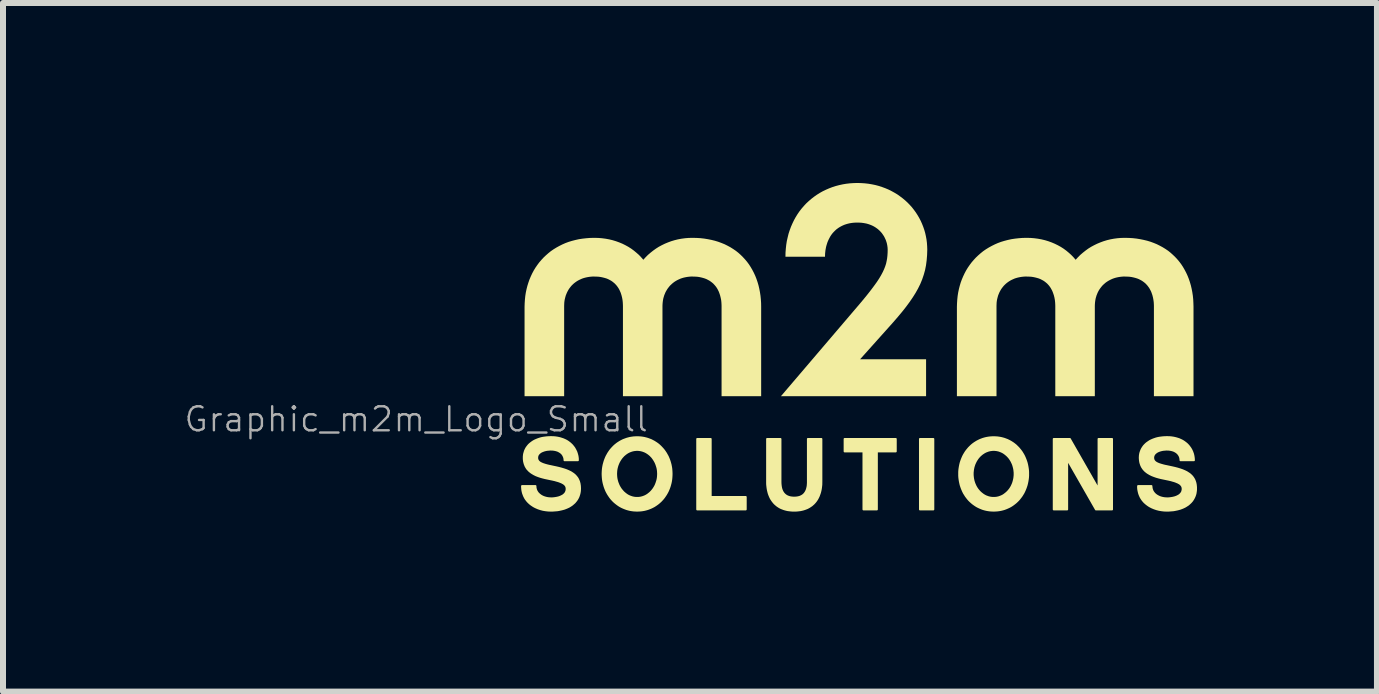
<source format=kicad_pcb>
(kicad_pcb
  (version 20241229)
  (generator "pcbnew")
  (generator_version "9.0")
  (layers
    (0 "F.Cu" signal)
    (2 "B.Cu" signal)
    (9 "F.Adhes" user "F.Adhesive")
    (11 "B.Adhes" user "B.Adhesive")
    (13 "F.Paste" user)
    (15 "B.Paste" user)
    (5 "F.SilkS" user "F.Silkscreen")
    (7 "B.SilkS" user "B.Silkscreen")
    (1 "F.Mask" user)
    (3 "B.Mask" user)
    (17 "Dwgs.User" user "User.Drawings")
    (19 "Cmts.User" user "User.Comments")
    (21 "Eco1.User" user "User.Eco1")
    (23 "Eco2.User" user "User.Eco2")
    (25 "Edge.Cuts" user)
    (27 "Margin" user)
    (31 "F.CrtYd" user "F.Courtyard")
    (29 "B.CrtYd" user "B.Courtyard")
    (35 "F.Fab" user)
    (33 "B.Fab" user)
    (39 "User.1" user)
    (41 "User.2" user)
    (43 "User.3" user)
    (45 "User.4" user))
  (footprint "Graphic_m2m_Logo_Small"
    (layer "F.Cu")
    (at 11.287 2.939)
    (property "Reference" "Graphic_m2m_Logo_Small" (at -7.4 1 0) (layer "F.Fab") (effects (font (size 0.4 0.4) (thickness 0.04))))
    (attr board_only exclude_from_pos_files exclude_from_bom)
    (fp_poly (pts (xy 1.221 2.503) (xy 0.998 2.503) (xy 0.998 1.328) (xy 1.221 1.328)) (stroke (width 0) (type solid)) (fill yes) (layer "F.SilkS"))
    (fp_poly (pts (xy 1.221 2.503) (xy 0.998 2.503) (xy 0.998 1.328) (xy 1.221 1.328)) (stroke (width 0.032) (type solid)) (fill yes) (layer "F.SilkS"))
    (fp_poly (pts (xy -2.49 2.295) (xy -1.906 2.295) (xy -1.906 2.503) (xy -2.715 2.503) (xy -2.715 1.328) (xy -2.49 1.328)) (stroke (width 0) (type solid)) (fill yes) (layer "F.SilkS"))
    (fp_poly (pts (xy -2.49 2.295) (xy -1.906 2.295) (xy -1.906 2.503) (xy -2.715 2.503) (xy -2.715 1.328) (xy -2.49 1.328)) (stroke (width 0.032) (type solid)) (fill yes) (layer "F.SilkS"))
    (fp_poly (pts (xy 0.595 1.536) (xy 0.28 1.536) (xy 0.28 2.503) (xy 0.056 2.503) (xy 0.056 1.536) (xy -0.258 1.536) (xy -0.258 1.328) (xy 0.595 1.328)) (stroke (width 0) (type solid)) (fill yes) (layer "F.SilkS"))
    (fp_poly (pts (xy 0.595 1.536) (xy 0.28 1.536) (xy 0.28 2.503) (xy 0.056 2.503) (xy 0.056 1.536) (xy -0.258 1.536) (xy -0.258 1.328) (xy 0.595 1.328)) (stroke (width 0.032) (type solid)) (fill yes) (layer "F.SilkS"))
    (fp_poly (pts (xy 3.975 2.164) (xy 3.975 1.328) (xy 4.2 1.328) (xy 4.2 2.503) (xy 3.931 2.503) (xy 3.452 1.666) (xy 3.452 2.503) (xy 3.228 2.503) (xy 3.228 1.328) (xy 3.497 1.328)) (stroke (width 0) (type solid)) (fill yes) (layer "F.SilkS"))
    (fp_poly (pts (xy 3.975 2.164) (xy 3.975 1.328) (xy 4.2 1.328) (xy 4.2 2.503) (xy 3.931 2.503) (xy 3.452 1.666) (xy 3.452 2.503) (xy 3.228 2.503) (xy 3.228 1.328) (xy 3.497 1.328)) (stroke (width 0.032) (type solid)) (fill yes) (layer "F.SilkS"))
    (fp_poly (pts (xy -1.327 2.044) (xy -1.326 2.076) (xy -1.323 2.105) (xy -1.319 2.133) (xy -1.316 2.146) (xy -1.313 2.158) (xy -1.309 2.171) (xy -1.305 2.182) (xy -1.3 2.193) (xy -1.295 2.204) (xy -1.289 2.214) (xy -1.283 2.223) (xy -1.277 2.232) (xy -1.27 2.241) (xy -1.262 2.248) (xy -1.255 2.256) (xy -1.246 2.263) (xy -1.238 2.269) (xy -1.229 2.275) (xy -1.219 2.281) (xy -1.209 2.285) (xy -1.198 2.29) (xy -1.187 2.294) (xy -1.176 2.297) (xy -1.164 2.3) (xy -1.152 2.302) (xy -1.139 2.304) (xy -1.126 2.305) (xy -1.112 2.306) (xy -1.098 2.306) (xy -1.084 2.306) (xy -1.071 2.305) (xy -1.058 2.304) (xy -1.045 2.302) (xy -1.033 2.3) (xy -1.021 2.297) (xy -1.009 2.294) (xy -0.998 2.29) (xy -0.988 2.285) (xy -0.978 2.281) (xy -0.968 2.275) (xy -0.959 2.269) (xy -0.95 2.263) (xy -0.942 2.256) (xy -0.934 2.248) (xy -0.927 2.241) (xy -0.92 2.232) (xy -0.914 2.223) (xy -0.908 2.214) (xy -0.902 2.204) (xy -0.897 2.193) (xy -0.892 2.182) (xy -0.888 2.171) (xy -0.884 2.158) (xy -0.881 2.146) (xy -0.878 2.133) (xy -0.875 2.119) (xy -0.873 2.105) (xy -0.872 2.091) (xy -0.871 2.076) (xy -0.87 2.06) (xy -0.87 2.044) (xy -0.87 1.328) (xy -0.645 1.328) (xy -0.645 2.037) (xy -0.646 2.092) (xy -0.649 2.118) (xy -0.652 2.144) (xy -0.656 2.169) (xy -0.661 2.193) (xy -0.667 2.217) (xy -0.674 2.239) (xy -0.682 2.261) (xy -0.69 2.283) (xy -0.7 2.303) (xy -0.71 2.323) (xy -0.721 2.341) (xy -0.733 2.359) (xy -0.746 2.376) (xy -0.76 2.392) (xy -0.775 2.408) (xy -0.791 2.422) (xy -0.807 2.436) (xy -0.825 2.448) (xy -0.843 2.46) (xy -0.862 2.471) (xy -0.882 2.481) (xy -0.902 2.489) (xy -0.924 2.497) (xy -0.946 2.504) (xy -0.97 2.51) (xy -0.994 2.515) (xy -1.019 2.518) (xy -1.044 2.521) (xy -1.071 2.523) (xy -1.098 2.523) (xy -1.126 2.523) (xy -1.152 2.521) (xy -1.178 2.518) (xy -1.203 2.515) (xy -1.227 2.51) (xy -1.25 2.504) (xy -1.273 2.497) (xy -1.294 2.489) (xy -1.315 2.481) (xy -1.335 2.471) (xy -1.354 2.46) (xy -1.372 2.448) (xy -1.389 2.436) (xy -1.405 2.422) (xy -1.421 2.408) (xy -1.436 2.392) (xy -1.449 2.376) (xy -1.462 2.359) (xy -1.474 2.341) (xy -1.486 2.323) (xy -1.496 2.303) (xy -1.505 2.283) (xy -1.514 2.261) (xy -1.522 2.239) (xy -1.528 2.217) (xy -1.534 2.193) (xy -1.539 2.169) (xy -1.543 2.144) (xy -1.546 2.118) (xy -1.549 2.092) (xy -1.55 2.065) (xy -1.55 2.037) (xy -1.55 1.328) (xy -1.327 1.328)) (stroke (width 0) (type solid)) (fill yes) (layer "F.SilkS"))
    (fp_poly (pts (xy -1.327 2.044) (xy -1.326 2.076) (xy -1.323 2.105) (xy -1.319 2.133) (xy -1.316 2.146) (xy -1.313 2.158) (xy -1.309 2.171) (xy -1.305 2.182) (xy -1.3 2.193) (xy -1.295 2.204) (xy -1.289 2.214) (xy -1.283 2.223) (xy -1.277 2.232) (xy -1.27 2.241) (xy -1.262 2.248) (xy -1.255 2.256) (xy -1.246 2.263) (xy -1.238 2.269) (xy -1.229 2.275) (xy -1.219 2.281) (xy -1.209 2.285) (xy -1.198 2.29) (xy -1.187 2.294) (xy -1.176 2.297) (xy -1.164 2.3) (xy -1.152 2.302) (xy -1.139 2.304) (xy -1.126 2.305) (xy -1.112 2.306) (xy -1.098 2.306) (xy -1.084 2.306) (xy -1.071 2.305) (xy -1.058 2.304) (xy -1.045 2.302) (xy -1.033 2.3) (xy -1.021 2.297) (xy -1.009 2.294) (xy -0.998 2.29) (xy -0.988 2.285) (xy -0.978 2.281) (xy -0.968 2.275) (xy -0.959 2.269) (xy -0.95 2.263) (xy -0.942 2.256) (xy -0.934 2.248) (xy -0.927 2.241) (xy -0.92 2.232) (xy -0.914 2.223) (xy -0.908 2.214) (xy -0.902 2.204) (xy -0.897 2.193) (xy -0.892 2.182) (xy -0.888 2.171) (xy -0.884 2.158) (xy -0.881 2.146) (xy -0.878 2.133) (xy -0.875 2.119) (xy -0.873 2.105) (xy -0.872 2.091) (xy -0.871 2.076) (xy -0.87 2.06) (xy -0.87 2.044) (xy -0.87 1.328) (xy -0.645 1.328) (xy -0.645 2.037) (xy -0.646 2.092) (xy -0.649 2.118) (xy -0.652 2.144) (xy -0.656 2.169) (xy -0.661 2.193) (xy -0.667 2.217) (xy -0.674 2.239) (xy -0.682 2.261) (xy -0.69 2.283) (xy -0.7 2.303) (xy -0.71 2.323) (xy -0.721 2.341) (xy -0.733 2.359) (xy -0.746 2.376) (xy -0.76 2.392) (xy -0.775 2.408) (xy -0.791 2.422) (xy -0.807 2.436) (xy -0.825 2.448) (xy -0.843 2.46) (xy -0.862 2.471) (xy -0.882 2.481) (xy -0.902 2.489) (xy -0.924 2.497) (xy -0.946 2.504) (xy -0.97 2.51) (xy -0.994 2.515) (xy -1.019 2.518) (xy -1.044 2.521) (xy -1.071 2.523) (xy -1.098 2.523) (xy -1.126 2.523) (xy -1.152 2.521) (xy -1.178 2.518) (xy -1.203 2.515) (xy -1.227 2.51) (xy -1.25 2.504) (xy -1.273 2.497) (xy -1.294 2.489) (xy -1.315 2.481) (xy -1.335 2.471) (xy -1.354 2.46) (xy -1.372 2.448) (xy -1.389 2.436) (xy -1.405 2.422) (xy -1.421 2.408) (xy -1.436 2.392) (xy -1.449 2.376) (xy -1.462 2.359) (xy -1.474 2.341) (xy -1.486 2.323) (xy -1.496 2.303) (xy -1.505 2.283) (xy -1.514 2.261) (xy -1.522 2.239) (xy -1.528 2.217) (xy -1.534 2.193) (xy -1.539 2.169) (xy -1.543 2.144) (xy -1.546 2.118) (xy -1.549 2.092) (xy -1.55 2.065) (xy -1.55 2.037) (xy -1.55 1.328) (xy -1.327 1.328)) (stroke (width 0.032) (type solid)) (fill yes) (layer "F.SilkS"))
    (fp_poly (pts (xy 0.018 -2.937) (xy 0.079 -2.933) (xy 0.14 -2.926) (xy 0.199 -2.916) (xy 0.257 -2.904) (xy 0.313 -2.889) (xy 0.368 -2.871) (xy 0.422 -2.851) (xy 0.474 -2.829) (xy 0.524 -2.804) (xy 0.573 -2.777) (xy 0.62 -2.749) (xy 0.665 -2.717) (xy 0.709 -2.684) (xy 0.751 -2.649) (xy 0.79 -2.613) (xy 0.828 -2.574) (xy 0.864 -2.534) (xy 0.897 -2.492) (xy 0.929 -2.448) (xy 0.958 -2.403) (xy 0.985 -2.357) (xy 1.01 -2.309) (xy 1.032 -2.26) (xy 1.052 -2.21) (xy 1.07 -2.158) (xy 1.085 -2.106) (xy 1.097 -2.052) (xy 1.107 -1.998) (xy 1.114 -1.942) (xy 1.118 -1.886) (xy 1.12 -1.829) (xy 1.117 -1.738) (xy 1.11 -1.651) (xy 1.099 -1.567) (xy 1.083 -1.486) (xy 1.061 -1.408) (xy 1.035 -1.331) (xy 1.004 -1.256) (xy 0.967 -1.181) (xy 0.925 -1.106) (xy 0.877 -1.03) (xy 0.824 -0.953) (xy 0.765 -0.873) (xy 0.701 -0.792) (xy 0.63 -0.707) (xy 0.553 -0.618) (xy 0.47 -0.525) (xy 0 0) (xy 1.1 0) (xy 1.1 0.615) (xy -1.319 0.615) (xy -0.005 -0.925) (xy 0.066 -1.01) (xy 0.13 -1.089) (xy 0.186 -1.161) (xy 0.236 -1.228) (xy 0.28 -1.289) (xy 0.318 -1.347) (xy 0.35 -1.401) (xy 0.377 -1.452) (xy 0.4 -1.501) (xy 0.418 -1.547) (xy 0.433 -1.593) (xy 0.443 -1.639) (xy 0.451 -1.684) (xy 0.456 -1.731) (xy 0.459 -1.779) (xy 0.46 -1.829) (xy 0.458 -1.864) (xy 0.453 -1.9) (xy 0.445 -1.938) (xy 0.433 -1.975) (xy 0.426 -1.994) (xy 0.417 -2.013) (xy 0.408 -2.032) (xy 0.398 -2.051) (xy 0.386 -2.069) (xy 0.374 -2.087) (xy 0.361 -2.105) (xy 0.346 -2.122) (xy 0.331 -2.138) (xy 0.314 -2.154) (xy 0.296 -2.17) (xy 0.277 -2.184) (xy 0.257 -2.198) (xy 0.236 -2.211) (xy 0.214 -2.223) (xy 0.19 -2.234) (xy 0.165 -2.244) (xy 0.139 -2.253) (xy 0.112 -2.261) (xy 0.083 -2.267) (xy 0.053 -2.272) (xy 0.022 -2.276) (xy -0.011 -2.278) (xy -0.045 -2.279) (xy -0.079 -2.278) (xy -0.112 -2.276) (xy -0.144 -2.272) (xy -0.174 -2.267) (xy -0.204 -2.26) (xy -0.232 -2.252) (xy -0.259 -2.243) (xy -0.285 -2.232) (xy -0.31 -2.22) (xy -0.334 -2.207) (xy -0.357 -2.193) (xy -0.378 -2.178) (xy -0.399 -2.162) (xy -0.418 -2.144) (xy -0.436 -2.126) (xy -0.454 -2.107) (xy -0.47 -2.087) (xy -0.485 -2.066) (xy -0.499 -2.044) (xy -0.511 -2.021) (xy -0.523 -1.998) (xy -0.534 -1.974) (xy -0.544 -1.95) (xy -0.552 -1.925) (xy -0.56 -1.899) (xy -0.567 -1.873) (xy -0.577 -1.82) (xy -0.583 -1.765) (xy -0.585 -1.709) (xy -1.244 -1.709) (xy -1.243 -1.777) (xy -1.238 -1.843) (xy -1.231 -1.908) (xy -1.221 -1.972) (xy -1.207 -2.033) (xy -1.192 -2.094) (xy -1.173 -2.152) (xy -1.152 -2.209) (xy -1.128 -2.264) (xy -1.102 -2.318) (xy -1.074 -2.369) (xy -1.043 -2.419) (xy -1.01 -2.467) (xy -0.975 -2.512) (xy -0.937 -2.556) (xy -0.898 -2.598) (xy -0.856 -2.637) (xy -0.813 -2.674) (xy -0.768 -2.709) (xy -0.721 -2.742) (xy -0.672 -2.773) (xy -0.622 -2.801) (xy -0.57 -2.826) (xy -0.517 -2.849) (xy -0.462 -2.87) (xy -0.406 -2.888) (xy -0.349 -2.903) (xy -0.29 -2.916) (xy -0.23 -2.926) (xy -0.17 -2.933) (xy -0.108 -2.937) (xy -0.045 -2.939)) (stroke (width 0) (type solid)) (fill yes) (layer "F.SilkS"))
    (fp_poly (pts (xy -4.368 -2.023) (xy -4.305 -2.018) (xy -4.243 -2.01) (xy -4.183 -1.999) (xy -4.125 -1.985) (xy -4.069 -1.968) (xy -4.014 -1.948) (xy -3.961 -1.926) (xy -3.911 -1.901) (xy -3.862 -1.874) (xy -3.815 -1.844) (xy -3.77 -1.811) (xy -3.728 -1.776) (xy -3.687 -1.74) (xy -3.649 -1.7) (xy -3.613 -1.659) (xy -3.576 -1.7) (xy -3.536 -1.74) (xy -3.494 -1.776) (xy -3.45 -1.811) (xy -3.404 -1.844) (xy -3.357 -1.874) (xy -3.307 -1.901) (xy -3.256 -1.926) (xy -3.203 -1.948) (xy -3.149 -1.968) (xy -3.093 -1.985) (xy -3.036 -1.999) (xy -2.977 -2.01) (xy -2.917 -2.018) (xy -2.856 -2.023) (xy -2.794 -2.024) (xy -2.727 -2.023) (xy -2.662 -2.019) (xy -2.599 -2.012) (xy -2.538 -2.002) (xy -2.478 -1.99) (xy -2.421 -1.976) (xy -2.365 -1.959) (xy -2.311 -1.939) (xy -2.259 -1.918) (xy -2.209 -1.893) (xy -2.161 -1.867) (xy -2.115 -1.838) (xy -2.071 -1.808) (xy -2.029 -1.775) (xy -1.989 -1.739) (xy -1.952 -1.702) (xy -1.916 -1.663) (xy -1.882 -1.622) (xy -1.851 -1.58) (xy -1.822 -1.535) (xy -1.795 -1.488) (xy -1.77 -1.44) (xy -1.747 -1.39) (xy -1.727 -1.339) (xy -1.709 -1.286) (xy -1.693 -1.231) (xy -1.68 -1.175) (xy -1.669 -1.118) (xy -1.66 -1.059) (xy -1.654 -0.999) (xy -1.65 -0.937) (xy -1.649 -0.875) (xy -1.649 0.615) (xy -2.309 0.615) (xy -2.309 -0.89) (xy -2.31 -0.919) (xy -2.312 -0.952) (xy -2.316 -0.989) (xy -2.324 -1.027) (xy -2.334 -1.067) (xy -2.348 -1.108) (xy -2.356 -1.129) (xy -2.366 -1.149) (xy -2.376 -1.169) (xy -2.388 -1.189) (xy -2.401 -1.208) (xy -2.416 -1.227) (xy -2.432 -1.245) (xy -2.449 -1.263) (xy -2.468 -1.279) (xy -2.489 -1.295) (xy -2.511 -1.31) (xy -2.535 -1.323) (xy -2.56 -1.336) (xy -2.588 -1.347) (xy -2.617 -1.356) (xy -2.648 -1.364) (xy -2.681 -1.371) (xy -2.717 -1.376) (xy -2.754 -1.378) (xy -2.794 -1.379) (xy -2.821 -1.379) (xy -2.847 -1.377) (xy -2.873 -1.374) (xy -2.898 -1.37) (xy -2.923 -1.365) (xy -2.948 -1.359) (xy -2.971 -1.352) (xy -2.994 -1.344) (xy -3.016 -1.334) (xy -3.038 -1.324) (xy -3.059 -1.313) (xy -3.079 -1.301) (xy -3.099 -1.288) (xy -3.117 -1.274) (xy -3.135 -1.259) (xy -3.152 -1.243) (xy -3.169 -1.227) (xy -3.184 -1.209) (xy -3.198 -1.191) (xy -3.212 -1.172) (xy -3.224 -1.152) (xy -3.236 -1.132) (xy -3.247 -1.11) (xy -3.256 -1.088) (xy -3.265 -1.066) (xy -3.272 -1.042) (xy -3.279 -1.019) (xy -3.284 -0.994) (xy -3.288 -0.969) (xy -3.291 -0.943) (xy -3.293 -0.917) (xy -3.294 -0.89) (xy -3.294 0.615) (xy -3.953 0.615) (xy -3.953 -0.89) (xy -3.954 -0.919) (xy -3.956 -0.952) (xy -3.96 -0.989) (xy -3.967 -1.027) (xy -3.977 -1.067) (xy -3.99 -1.108) (xy -3.999 -1.129) (xy -4.008 -1.149) (xy -4.018 -1.169) (xy -4.03 -1.189) (xy -4.043 -1.208) (xy -4.057 -1.227) (xy -4.073 -1.245) (xy -4.09 -1.263) (xy -4.109 -1.279) (xy -4.129 -1.295) (xy -4.151 -1.31) (xy -4.175 -1.323) (xy -4.2 -1.336) (xy -4.227 -1.347) (xy -4.257 -1.356) (xy -4.288 -1.364) (xy -4.321 -1.371) (xy -4.356 -1.376) (xy -4.393 -1.378) (xy -4.433 -1.379) (xy -4.46 -1.379) (xy -4.487 -1.377) (xy -4.514 -1.374) (xy -4.539 -1.37) (xy -4.564 -1.365) (xy -4.589 -1.359) (xy -4.613 -1.352) (xy -4.636 -1.344) (xy -4.658 -1.334) (xy -4.68 -1.324) (xy -4.701 -1.313) (xy -4.721 -1.301) (xy -4.74 -1.288) (xy -4.759 -1.274) (xy -4.777 -1.259) (xy -4.794 -1.243) (xy -4.81 -1.227) (xy -4.825 -1.209) (xy -4.839 -1.191) (xy -4.853 -1.172) (xy -4.865 -1.152) (xy -4.876 -1.132) (xy -4.887 -1.11) (xy -4.896 -1.088) (xy -4.905 -1.066) (xy -4.912 -1.042) (xy -4.918 -1.019) (xy -4.924 -0.994) (xy -4.928 -0.969) (xy -4.931 -0.943) (xy -4.932 -0.917) (xy -4.933 -0.89) (xy -4.933 0.615) (xy -5.593 0.615) (xy -5.593 -0.875) (xy -5.591 -0.936) (xy -5.587 -0.995) (xy -5.581 -1.054) (xy -5.572 -1.112) (xy -5.56 -1.169) (xy -5.546 -1.224) (xy -5.529 -1.278) (xy -5.511 -1.33) (xy -5.489 -1.382) (xy -5.466 -1.431) (xy -5.44 -1.48) (xy -5.412 -1.526) (xy -5.381 -1.571) (xy -5.349 -1.614) (xy -5.314 -1.655) (xy -5.277 -1.695) (xy -5.238 -1.732) (xy -5.197 -1.768) (xy -5.155 -1.802) (xy -5.11 -1.833) (xy -5.063 -1.862) (xy -5.014 -1.889) (xy -4.964 -1.914) (xy -4.912 -1.937) (xy -4.858 -1.957) (xy -4.802 -1.974) (xy -4.744 -1.989) (xy -4.685 -2.002) (xy -4.625 -2.011) (xy -4.562 -2.018) (xy -4.498 -2.023) (xy -4.433 -2.024)) (stroke (width 0) (type solid)) (fill yes) (layer "F.SilkS"))
    (fp_poly (pts (xy 2.839 -2.023) (xy 2.902 -2.018) (xy 2.963 -2.01) (xy 3.023 -1.999) (xy 3.082 -1.985) (xy 3.138 -1.968) (xy 3.193 -1.948) (xy 3.245 -1.926) (xy 3.296 -1.901) (xy 3.345 -1.874) (xy 3.392 -1.844) (xy 3.437 -1.811) (xy 3.479 -1.776) (xy 3.519 -1.74) (xy 3.558 -1.7) (xy 3.593 -1.659) (xy 3.631 -1.7) (xy 3.671 -1.74) (xy 3.713 -1.776) (xy 3.757 -1.811) (xy 3.802 -1.844) (xy 3.85 -1.874) (xy 3.9 -1.901) (xy 3.951 -1.926) (xy 4.004 -1.948) (xy 4.058 -1.968) (xy 4.114 -1.985) (xy 4.171 -1.999) (xy 4.23 -2.01) (xy 4.29 -2.018) (xy 4.351 -2.023) (xy 4.413 -2.024) (xy 4.48 -2.023) (xy 4.545 -2.019) (xy 4.608 -2.012) (xy 4.669 -2.002) (xy 4.728 -1.99) (xy 4.786 -1.976) (xy 4.842 -1.959) (xy 4.896 -1.939) (xy 4.947 -1.918) (xy 4.997 -1.893) (xy 5.045 -1.867) (xy 5.092 -1.838) (xy 5.136 -1.808) (xy 5.177 -1.775) (xy 5.217 -1.739) (xy 5.255 -1.702) (xy 5.291 -1.663) (xy 5.325 -1.622) (xy 5.356 -1.58) (xy 5.385 -1.535) (xy 5.412 -1.488) (xy 5.437 -1.44) (xy 5.46 -1.39) (xy 5.48 -1.339) (xy 5.498 -1.286) (xy 5.514 -1.231) (xy 5.527 -1.175) (xy 5.538 -1.118) (xy 5.547 -1.059) (xy 5.553 -0.999) (xy 5.556 -0.937) (xy 5.558 -0.875) (xy 5.558 0.615) (xy 4.898 0.615) (xy 4.898 -0.89) (xy 4.897 -0.919) (xy 4.895 -0.952) (xy 4.89 -0.989) (xy 4.883 -1.027) (xy 4.873 -1.067) (xy 4.859 -1.108) (xy 4.851 -1.129) (xy 4.841 -1.149) (xy 4.83 -1.169) (xy 4.819 -1.189) (xy 4.805 -1.208) (xy 4.791 -1.227) (xy 4.775 -1.245) (xy 4.758 -1.263) (xy 4.739 -1.279) (xy 4.718 -1.295) (xy 4.696 -1.31) (xy 4.672 -1.323) (xy 4.647 -1.336) (xy 4.619 -1.347) (xy 4.59 -1.356) (xy 4.559 -1.364) (xy 4.526 -1.371) (xy 4.49 -1.376) (xy 4.453 -1.378) (xy 4.413 -1.379) (xy 4.386 -1.379) (xy 4.36 -1.377) (xy 4.334 -1.374) (xy 4.308 -1.37) (xy 4.284 -1.365) (xy 4.259 -1.359) (xy 4.236 -1.352) (xy 4.213 -1.344) (xy 4.19 -1.334) (xy 4.169 -1.324) (xy 4.148 -1.313) (xy 4.128 -1.301) (xy 4.108 -1.288) (xy 4.089 -1.274) (xy 4.072 -1.259) (xy 4.054 -1.243) (xy 4.038 -1.227) (xy 4.023 -1.209) (xy 4.009 -1.191) (xy 3.995 -1.172) (xy 3.982 -1.152) (xy 3.971 -1.132) (xy 3.96 -1.11) (xy 3.951 -1.088) (xy 3.942 -1.066) (xy 3.935 -1.042) (xy 3.928 -1.019) (xy 3.923 -0.994) (xy 3.919 -0.969) (xy 3.916 -0.943) (xy 3.914 -0.917) (xy 3.913 -0.89) (xy 3.913 0.615) (xy 3.254 0.615) (xy 3.254 -0.89) (xy 3.253 -0.919) (xy 3.251 -0.952) (xy 3.247 -0.989) (xy 3.24 -1.027) (xy 3.23 -1.067) (xy 3.216 -1.108) (xy 3.208 -1.129) (xy 3.199 -1.149) (xy 3.188 -1.169) (xy 3.177 -1.189) (xy 3.164 -1.208) (xy 3.15 -1.227) (xy 3.134 -1.245) (xy 3.117 -1.263) (xy 3.098 -1.279) (xy 3.078 -1.295) (xy 3.056 -1.31) (xy 3.032 -1.323) (xy 3.007 -1.336) (xy 2.98 -1.347) (xy 2.95 -1.356) (xy 2.919 -1.364) (xy 2.886 -1.371) (xy 2.851 -1.376) (xy 2.813 -1.378) (xy 2.774 -1.379) (xy 2.746 -1.379) (xy 2.72 -1.377) (xy 2.693 -1.374) (xy 2.668 -1.37) (xy 2.643 -1.365) (xy 2.618 -1.359) (xy 2.594 -1.352) (xy 2.571 -1.344) (xy 2.549 -1.334) (xy 2.527 -1.324) (xy 2.506 -1.313) (xy 2.486 -1.301) (xy 2.467 -1.288) (xy 2.448 -1.274) (xy 2.43 -1.259) (xy 2.413 -1.243) (xy 2.397 -1.227) (xy 2.382 -1.209) (xy 2.368 -1.191) (xy 2.354 -1.172) (xy 2.342 -1.152) (xy 2.331 -1.132) (xy 2.32 -1.11) (xy 2.311 -1.088) (xy 2.302 -1.066) (xy 2.295 -1.042) (xy 2.289 -1.019) (xy 2.283 -0.994) (xy 2.279 -0.969) (xy 2.276 -0.943) (xy 2.275 -0.917) (xy 2.274 -0.89) (xy 2.274 0.615) (xy 1.614 0.615) (xy 1.614 -0.875) (xy 1.616 -0.936) (xy 1.62 -0.995) (xy 1.626 -1.054) (xy 1.635 -1.112) (xy 1.647 -1.169) (xy 1.661 -1.224) (xy 1.677 -1.278) (xy 1.696 -1.33) (xy 1.718 -1.382) (xy 1.741 -1.431) (xy 1.767 -1.48) (xy 1.795 -1.526) (xy 1.826 -1.571) (xy 1.858 -1.614) (xy 1.893 -1.655) (xy 1.93 -1.695) (xy 1.969 -1.732) (xy 2.01 -1.768) (xy 2.052 -1.802) (xy 2.097 -1.833) (xy 2.144 -1.862) (xy 2.193 -1.889) (xy 2.243 -1.914) (xy 2.295 -1.937) (xy 2.349 -1.957) (xy 2.405 -1.974) (xy 2.463 -1.989) (xy 2.522 -2.002) (xy 2.582 -2.011) (xy 2.645 -2.018) (xy 2.708 -2.023) (xy 2.774 -2.024)) (stroke (width 0) (type solid)) (fill yes) (layer "F.SilkS"))
    (fp_poly (pts (xy -3.685 1.3) (xy -3.655 1.302) (xy -3.625 1.306) (xy -3.596 1.311) (xy -3.568 1.318) (xy -3.54 1.326) (xy -3.513 1.336) (xy -3.486 1.346) (xy -3.461 1.359) (xy -3.436 1.372) (xy -3.412 1.387) (xy -3.389 1.402) (xy -3.366 1.419) (xy -3.345 1.437) (xy -3.324 1.457) (xy -3.305 1.477) (xy -3.286 1.498) (xy -3.268 1.52) (xy -3.252 1.543) (xy -3.236 1.567) (xy -3.222 1.592) (xy -3.208 1.617) (xy -3.196 1.644) (xy -3.185 1.671) (xy -3.175 1.699) (xy -3.167 1.727) (xy -3.159 1.756) (xy -3.153 1.786) (xy -3.148 1.816) (xy -3.145 1.847) (xy -3.143 1.878) (xy -3.142 1.91) (xy -3.143 1.942) (xy -3.145 1.973) (xy -3.148 2.004) (xy -3.153 2.035) (xy -3.159 2.064) (xy -3.167 2.094) (xy -3.175 2.122) (xy -3.185 2.15) (xy -3.196 2.177) (xy -3.208 2.204) (xy -3.222 2.23) (xy -3.236 2.254) (xy -3.252 2.278) (xy -3.268 2.301) (xy -3.286 2.324) (xy -3.305 2.345) (xy -3.324 2.365) (xy -3.345 2.384) (xy -3.366 2.402) (xy -3.389 2.419) (xy -3.412 2.435) (xy -3.436 2.45) (xy -3.461 2.463) (xy -3.486 2.475) (xy -3.513 2.486) (xy -3.54 2.496) (xy -3.568 2.504) (xy -3.596 2.511) (xy -3.625 2.516) (xy -3.655 2.52) (xy -3.685 2.522) (xy -3.716 2.523) (xy -3.747 2.522) (xy -3.778 2.52) (xy -3.807 2.516) (xy -3.837 2.511) (xy -3.865 2.504) (xy -3.893 2.496) (xy -3.92 2.486) (xy -3.947 2.475) (xy -3.973 2.463) (xy -3.998 2.45) (xy -4.022 2.435) (xy -4.045 2.419) (xy -4.067 2.402) (xy -4.089 2.384) (xy -4.11 2.365) (xy -4.129 2.345) (xy -4.148 2.324) (xy -4.166 2.301) (xy -4.182 2.278) (xy -4.198 2.254) (xy -4.212 2.23) (xy -4.226 2.204) (xy -4.238 2.177) (xy -4.249 2.15) (xy -4.259 2.122) (xy -4.267 2.094) (xy -4.275 2.064) (xy -4.281 2.035) (xy -4.286 2.004) (xy -4.289 1.973) (xy -4.291 1.942) (xy -4.292 1.91) (xy -4.067 1.91) (xy -4.066 1.931) (xy -4.065 1.951) (xy -4.063 1.971) (xy -4.06 1.991) (xy -4.056 2.01) (xy -4.051 2.029) (xy -4.046 2.047) (xy -4.039 2.066) (xy -4.032 2.083) (xy -4.025 2.101) (xy -4.016 2.118) (xy -4.007 2.134) (xy -3.997 2.15) (xy -3.987 2.165) (xy -3.976 2.179) (xy -3.964 2.193) (xy -3.952 2.207) (xy -3.94 2.219) (xy -3.926 2.231) (xy -3.913 2.242) (xy -3.898 2.253) (xy -3.884 2.263) (xy -3.869 2.272) (xy -3.853 2.28) (xy -3.837 2.287) (xy -3.821 2.293) (xy -3.804 2.299) (xy -3.787 2.303) (xy -3.77 2.307) (xy -3.752 2.309) (xy -3.734 2.311) (xy -3.716 2.311) (xy -3.698 2.311) (xy -3.68 2.309) (xy -3.663 2.307) (xy -3.646 2.303) (xy -3.629 2.299) (xy -3.612 2.293) (xy -3.596 2.287) (xy -3.58 2.28) (xy -3.565 2.272) (xy -3.55 2.263) (xy -3.535 2.253) (xy -3.521 2.242) (xy -3.507 2.231) (xy -3.494 2.219) (xy -3.482 2.207) (xy -3.469 2.193) (xy -3.458 2.179) (xy -3.447 2.165) (xy -3.437 2.15) (xy -3.427 2.134) (xy -3.418 2.118) (xy -3.409 2.101) (xy -3.402 2.083) (xy -3.395 2.066) (xy -3.389 2.047) (xy -3.383 2.029) (xy -3.378 2.01) (xy -3.374 1.991) (xy -3.371 1.971) (xy -3.369 1.951) (xy -3.368 1.931) (xy -3.367 1.91) (xy -3.368 1.89) (xy -3.369 1.87) (xy -3.371 1.85) (xy -3.374 1.83) (xy -3.378 1.811) (xy -3.383 1.792) (xy -3.389 1.774) (xy -3.395 1.755) (xy -3.402 1.738) (xy -3.409 1.721) (xy -3.418 1.704) (xy -3.427 1.688) (xy -3.437 1.672) (xy -3.447 1.657) (xy -3.458 1.642) (xy -3.469 1.628) (xy -3.482 1.615) (xy -3.494 1.602) (xy -3.507 1.591) (xy -3.521 1.579) (xy -3.535 1.569) (xy -3.55 1.559) (xy -3.565 1.55) (xy -3.58 1.542) (xy -3.596 1.535) (xy -3.612 1.529) (xy -3.629 1.523) (xy -3.646 1.519) (xy -3.663 1.515) (xy -3.68 1.513) (xy -3.698 1.511) (xy -3.716 1.51) (xy -3.734 1.511) (xy -3.752 1.513) (xy -3.77 1.515) (xy -3.787 1.519) (xy -3.804 1.523) (xy -3.821 1.529) (xy -3.837 1.535) (xy -3.853 1.542) (xy -3.869 1.55) (xy -3.884 1.559) (xy -3.898 1.569) (xy -3.913 1.579) (xy -3.926 1.591) (xy -3.94 1.602) (xy -3.952 1.615) (xy -3.964 1.628) (xy -3.976 1.642) (xy -3.987 1.657) (xy -3.997 1.672) (xy -4.007 1.688) (xy -4.016 1.704) (xy -4.025 1.721) (xy -4.032 1.738) (xy -4.039 1.755) (xy -4.046 1.774) (xy -4.051 1.792) (xy -4.056 1.811) (xy -4.06 1.83) (xy -4.063 1.85) (xy -4.065 1.87) (xy -4.066 1.89) (xy -4.067 1.91) (xy -4.292 1.91) (xy -4.291 1.878) (xy -4.289 1.847) (xy -4.286 1.816) (xy -4.281 1.786) (xy -4.275 1.756) (xy -4.267 1.727) (xy -4.259 1.699) (xy -4.249 1.671) (xy -4.238 1.644) (xy -4.226 1.617) (xy -4.212 1.592) (xy -4.198 1.567) (xy -4.182 1.543) (xy -4.166 1.52) (xy -4.148 1.498) (xy -4.129 1.477) (xy -4.11 1.457) (xy -4.089 1.437) (xy -4.067 1.419) (xy -4.045 1.402) (xy -4.022 1.387) (xy -3.998 1.372) (xy -3.973 1.359) (xy -3.947 1.346) (xy -3.92 1.336) (xy -3.893 1.326) (xy -3.865 1.318) (xy -3.837 1.311) (xy -3.807 1.306) (xy -3.778 1.302) (xy -3.747 1.3) (xy -3.716 1.299)) (stroke (width 0) (type solid)) (fill yes) (layer "F.SilkS"))
    (fp_poly (pts (xy -3.685 1.3) (xy -3.655 1.302) (xy -3.625 1.306) (xy -3.596 1.311) (xy -3.568 1.318) (xy -3.54 1.326) (xy -3.513 1.336) (xy -3.486 1.346) (xy -3.461 1.359) (xy -3.436 1.372) (xy -3.412 1.387) (xy -3.389 1.402) (xy -3.366 1.419) (xy -3.345 1.437) (xy -3.324 1.457) (xy -3.305 1.477) (xy -3.286 1.498) (xy -3.268 1.52) (xy -3.252 1.543) (xy -3.236 1.567) (xy -3.222 1.592) (xy -3.208 1.617) (xy -3.196 1.644) (xy -3.185 1.671) (xy -3.175 1.699) (xy -3.167 1.727) (xy -3.159 1.756) (xy -3.153 1.786) (xy -3.148 1.816) (xy -3.145 1.847) (xy -3.143 1.878) (xy -3.142 1.91) (xy -3.143 1.942) (xy -3.145 1.973) (xy -3.148 2.004) (xy -3.153 2.035) (xy -3.159 2.064) (xy -3.167 2.094) (xy -3.175 2.122) (xy -3.185 2.15) (xy -3.196 2.177) (xy -3.208 2.204) (xy -3.222 2.23) (xy -3.236 2.254) (xy -3.252 2.278) (xy -3.268 2.301) (xy -3.286 2.324) (xy -3.305 2.345) (xy -3.324 2.365) (xy -3.345 2.384) (xy -3.366 2.402) (xy -3.389 2.419) (xy -3.412 2.435) (xy -3.436 2.45) (xy -3.461 2.463) (xy -3.486 2.475) (xy -3.513 2.486) (xy -3.54 2.496) (xy -3.568 2.504) (xy -3.596 2.511) (xy -3.625 2.516) (xy -3.655 2.52) (xy -3.685 2.522) (xy -3.716 2.523) (xy -3.747 2.522) (xy -3.778 2.52) (xy -3.807 2.516) (xy -3.837 2.511) (xy -3.865 2.504) (xy -3.893 2.496) (xy -3.92 2.486) (xy -3.947 2.475) (xy -3.973 2.463) (xy -3.998 2.45) (xy -4.022 2.435) (xy -4.045 2.419) (xy -4.067 2.402) (xy -4.089 2.384) (xy -4.11 2.365) (xy -4.129 2.345) (xy -4.148 2.324) (xy -4.166 2.301) (xy -4.182 2.278) (xy -4.198 2.254) (xy -4.212 2.23) (xy -4.226 2.204) (xy -4.238 2.177) (xy -4.249 2.15) (xy -4.259 2.122) (xy -4.267 2.094) (xy -4.275 2.064) (xy -4.281 2.035) (xy -4.286 2.004) (xy -4.289 1.973) (xy -4.291 1.942) (xy -4.292 1.91) (xy -4.067 1.91) (xy -4.066 1.931) (xy -4.065 1.951) (xy -4.063 1.971) (xy -4.06 1.991) (xy -4.056 2.01) (xy -4.051 2.029) (xy -4.046 2.047) (xy -4.039 2.066) (xy -4.032 2.083) (xy -4.025 2.101) (xy -4.016 2.118) (xy -4.007 2.134) (xy -3.997 2.15) (xy -3.987 2.165) (xy -3.976 2.179) (xy -3.964 2.193) (xy -3.952 2.207) (xy -3.94 2.219) (xy -3.926 2.231) (xy -3.913 2.242) (xy -3.898 2.253) (xy -3.884 2.263) (xy -3.869 2.272) (xy -3.853 2.28) (xy -3.837 2.287) (xy -3.821 2.293) (xy -3.804 2.299) (xy -3.787 2.303) (xy -3.77 2.307) (xy -3.752 2.309) (xy -3.734 2.311) (xy -3.716 2.311) (xy -3.698 2.311) (xy -3.68 2.309) (xy -3.663 2.307) (xy -3.646 2.303) (xy -3.629 2.299) (xy -3.612 2.293) (xy -3.596 2.287) (xy -3.58 2.28) (xy -3.565 2.272) (xy -3.55 2.263) (xy -3.535 2.253) (xy -3.521 2.242) (xy -3.507 2.231) (xy -3.494 2.219) (xy -3.482 2.207) (xy -3.469 2.193) (xy -3.458 2.179) (xy -3.447 2.165) (xy -3.437 2.15) (xy -3.427 2.134) (xy -3.418 2.118) (xy -3.409 2.101) (xy -3.402 2.083) (xy -3.395 2.066) (xy -3.389 2.047) (xy -3.383 2.029) (xy -3.378 2.01) (xy -3.374 1.991) (xy -3.371 1.971) (xy -3.369 1.951) (xy -3.368 1.931) (xy -3.367 1.91) (xy -3.368 1.89) (xy -3.369 1.87) (xy -3.371 1.85) (xy -3.374 1.83) (xy -3.378 1.811) (xy -3.383 1.792) (xy -3.389 1.774) (xy -3.395 1.755) (xy -3.402 1.738) (xy -3.409 1.721) (xy -3.418 1.704) (xy -3.427 1.688) (xy -3.437 1.672) (xy -3.447 1.657) (xy -3.458 1.642) (xy -3.469 1.628) (xy -3.482 1.615) (xy -3.494 1.602) (xy -3.507 1.591) (xy -3.521 1.579) (xy -3.535 1.569) (xy -3.55 1.559) (xy -3.565 1.55) (xy -3.58 1.542) (xy -3.596 1.535) (xy -3.612 1.529) (xy -3.629 1.523) (xy -3.646 1.519) (xy -3.663 1.515) (xy -3.68 1.513) (xy -3.698 1.511) (xy -3.716 1.51) (xy -3.734 1.511) (xy -3.752 1.513) (xy -3.77 1.515) (xy -3.787 1.519) (xy -3.804 1.523) (xy -3.821 1.529) (xy -3.837 1.535) (xy -3.853 1.542) (xy -3.869 1.55) (xy -3.884 1.559) (xy -3.898 1.569) (xy -3.913 1.579) (xy -3.926 1.591) (xy -3.94 1.602) (xy -3.952 1.615) (xy -3.964 1.628) (xy -3.976 1.642) (xy -3.987 1.657) (xy -3.997 1.672) (xy -4.007 1.688) (xy -4.016 1.704) (xy -4.025 1.721) (xy -4.032 1.738) (xy -4.039 1.755) (xy -4.046 1.774) (xy -4.051 1.792) (xy -4.056 1.811) (xy -4.06 1.83) (xy -4.063 1.85) (xy -4.065 1.87) (xy -4.066 1.89) (xy -4.067 1.91) (xy -4.292 1.91) (xy -4.291 1.878) (xy -4.289 1.847) (xy -4.286 1.816) (xy -4.281 1.786) (xy -4.275 1.756) (xy -4.267 1.727) (xy -4.259 1.699) (xy -4.249 1.671) (xy -4.238 1.644) (xy -4.226 1.617) (xy -4.212 1.592) (xy -4.198 1.567) (xy -4.182 1.543) (xy -4.166 1.52) (xy -4.148 1.498) (xy -4.129 1.477) (xy -4.11 1.457) (xy -4.089 1.437) (xy -4.067 1.419) (xy -4.045 1.402) (xy -4.022 1.387) (xy -3.998 1.372) (xy -3.973 1.359) (xy -3.947 1.346) (xy -3.92 1.336) (xy -3.893 1.326) (xy -3.865 1.318) (xy -3.837 1.311) (xy -3.807 1.306) (xy -3.778 1.302) (xy -3.747 1.3) (xy -3.716 1.299)) (stroke (width 0.032) (type solid)) (fill yes) (layer "F.SilkS"))
    (fp_poly (pts (xy 2.258 1.3) (xy 2.288 1.302) (xy 2.318 1.306) (xy 2.347 1.311) (xy 2.376 1.318) (xy 2.404 1.326) (xy 2.431 1.336) (xy 2.457 1.346) (xy 2.483 1.359) (xy 2.508 1.372) (xy 2.532 1.387) (xy 2.555 1.402) (xy 2.577 1.419) (xy 2.599 1.437) (xy 2.619 1.457) (xy 2.639 1.477) (xy 2.657 1.498) (xy 2.675 1.52) (xy 2.692 1.543) (xy 2.707 1.567) (xy 2.722 1.592) (xy 2.735 1.617) (xy 2.747 1.644) (xy 2.758 1.671) (xy 2.768 1.699) (xy 2.777 1.727) (xy 2.784 1.756) (xy 2.79 1.786) (xy 2.795 1.816) (xy 2.799 1.847) (xy 2.801 1.878) (xy 2.801 1.91) (xy 2.801 1.942) (xy 2.799 1.973) (xy 2.795 2.004) (xy 2.79 2.035) (xy 2.784 2.064) (xy 2.777 2.094) (xy 2.768 2.122) (xy 2.758 2.15) (xy 2.747 2.177) (xy 2.735 2.204) (xy 2.722 2.23) (xy 2.707 2.254) (xy 2.692 2.278) (xy 2.675 2.301) (xy 2.657 2.324) (xy 2.639 2.345) (xy 2.619 2.365) (xy 2.599 2.384) (xy 2.577 2.402) (xy 2.555 2.419) (xy 2.532 2.435) (xy 2.508 2.45) (xy 2.483 2.463) (xy 2.457 2.475) (xy 2.431 2.486) (xy 2.404 2.496) (xy 2.376 2.504) (xy 2.347 2.511) (xy 2.318 2.516) (xy 2.288 2.52) (xy 2.258 2.522) (xy 2.227 2.523) (xy 2.196 2.522) (xy 2.166 2.52) (xy 2.136 2.516) (xy 2.107 2.511) (xy 2.078 2.504) (xy 2.05 2.496) (xy 2.023 2.486) (xy 1.997 2.475) (xy 1.971 2.463) (xy 1.946 2.45) (xy 1.922 2.435) (xy 1.899 2.419) (xy 1.876 2.402) (xy 1.855 2.384) (xy 1.834 2.365) (xy 1.814 2.345) (xy 1.796 2.324) (xy 1.778 2.301) (xy 1.761 2.278) (xy 1.746 2.254) (xy 1.731 2.23) (xy 1.718 2.204) (xy 1.706 2.177) (xy 1.695 2.15) (xy 1.685 2.122) (xy 1.676 2.094) (xy 1.669 2.064) (xy 1.663 2.035) (xy 1.658 2.004) (xy 1.654 1.973) (xy 1.652 1.942) (xy 1.652 1.91) (xy 1.877 1.91) (xy 1.877 1.931) (xy 1.879 1.951) (xy 1.881 1.971) (xy 1.884 1.991) (xy 1.888 2.01) (xy 1.892 2.029) (xy 1.898 2.047) (xy 1.904 2.066) (xy 1.911 2.083) (xy 1.919 2.101) (xy 1.927 2.118) (xy 1.936 2.134) (xy 1.946 2.15) (xy 1.956 2.165) (xy 1.967 2.179) (xy 1.979 2.193) (xy 1.991 2.207) (xy 2.004 2.219) (xy 2.017 2.231) (xy 2.031 2.242) (xy 2.045 2.253) (xy 2.06 2.263) (xy 2.075 2.272) (xy 2.09 2.28) (xy 2.106 2.287) (xy 2.123 2.293) (xy 2.139 2.299) (xy 2.156 2.303) (xy 2.174 2.307) (xy 2.191 2.309) (xy 2.209 2.311) (xy 2.227 2.311) (xy 2.245 2.311) (xy 2.263 2.309) (xy 2.281 2.307) (xy 2.298 2.303) (xy 2.315 2.299) (xy 2.331 2.293) (xy 2.347 2.287) (xy 2.363 2.28) (xy 2.379 2.272) (xy 2.394 2.263) (xy 2.408 2.253) (xy 2.422 2.242) (xy 2.436 2.231) (xy 2.449 2.219) (xy 2.462 2.207) (xy 2.474 2.193) (xy 2.486 2.179) (xy 2.497 2.165) (xy 2.507 2.15) (xy 2.517 2.134) (xy 2.526 2.118) (xy 2.534 2.101) (xy 2.542 2.083) (xy 2.549 2.066) (xy 2.555 2.047) (xy 2.56 2.029) (xy 2.565 2.01) (xy 2.569 1.991) (xy 2.572 1.971) (xy 2.574 1.951) (xy 2.576 1.931) (xy 2.576 1.91) (xy 2.576 1.89) (xy 2.574 1.87) (xy 2.572 1.85) (xy 2.569 1.83) (xy 2.565 1.811) (xy 2.56 1.792) (xy 2.555 1.774) (xy 2.549 1.755) (xy 2.542 1.738) (xy 2.534 1.721) (xy 2.526 1.704) (xy 2.517 1.688) (xy 2.507 1.672) (xy 2.497 1.657) (xy 2.486 1.642) (xy 2.474 1.628) (xy 2.462 1.615) (xy 2.449 1.602) (xy 2.436 1.591) (xy 2.422 1.579) (xy 2.408 1.569) (xy 2.394 1.559) (xy 2.379 1.55) (xy 2.363 1.542) (xy 2.347 1.535) (xy 2.331 1.529) (xy 2.315 1.523) (xy 2.298 1.519) (xy 2.281 1.515) (xy 2.263 1.513) (xy 2.245 1.511) (xy 2.227 1.51) (xy 2.209 1.511) (xy 2.191 1.513) (xy 2.174 1.515) (xy 2.156 1.519) (xy 2.139 1.523) (xy 2.123 1.529) (xy 2.106 1.535) (xy 2.09 1.542) (xy 2.075 1.55) (xy 2.06 1.559) (xy 2.045 1.569) (xy 2.031 1.579) (xy 2.017 1.591) (xy 2.004 1.602) (xy 1.991 1.615) (xy 1.979 1.628) (xy 1.967 1.642) (xy 1.956 1.657) (xy 1.946 1.672) (xy 1.936 1.688) (xy 1.927 1.704) (xy 1.919 1.721) (xy 1.911 1.738) (xy 1.904 1.755) (xy 1.898 1.774) (xy 1.892 1.792) (xy 1.888 1.811) (xy 1.884 1.83) (xy 1.881 1.85) (xy 1.879 1.87) (xy 1.877 1.89) (xy 1.877 1.91) (xy 1.652 1.91) (xy 1.652 1.878) (xy 1.654 1.847) (xy 1.658 1.816) (xy 1.663 1.786) (xy 1.669 1.756) (xy 1.676 1.727) (xy 1.685 1.699) (xy 1.695 1.671) (xy 1.706 1.644) (xy 1.718 1.617) (xy 1.731 1.592) (xy 1.746 1.567) (xy 1.761 1.543) (xy 1.778 1.52) (xy 1.796 1.498) (xy 1.814 1.477) (xy 1.834 1.457) (xy 1.855 1.437) (xy 1.876 1.419) (xy 1.899 1.402) (xy 1.922 1.387) (xy 1.946 1.372) (xy 1.971 1.359) (xy 1.997 1.346) (xy 2.023 1.336) (xy 2.05 1.326) (xy 2.078 1.318) (xy 2.107 1.311) (xy 2.136 1.306) (xy 2.166 1.302) (xy 2.196 1.3) (xy 2.227 1.299)) (stroke (width 0) (type solid)) (fill yes) (layer "F.SilkS"))
    (fp_poly (pts (xy 2.258 1.3) (xy 2.288 1.302) (xy 2.318 1.306) (xy 2.347 1.311) (xy 2.376 1.318) (xy 2.404 1.326) (xy 2.431 1.336) (xy 2.457 1.346) (xy 2.483 1.359) (xy 2.508 1.372) (xy 2.532 1.387) (xy 2.555 1.402) (xy 2.577 1.419) (xy 2.599 1.437) (xy 2.619 1.457) (xy 2.639 1.477) (xy 2.657 1.498) (xy 2.675 1.52) (xy 2.692 1.543) (xy 2.707 1.567) (xy 2.722 1.592) (xy 2.735 1.617) (xy 2.747 1.644) (xy 2.758 1.671) (xy 2.768 1.699) (xy 2.777 1.727) (xy 2.784 1.756) (xy 2.79 1.786) (xy 2.795 1.816) (xy 2.799 1.847) (xy 2.801 1.878) (xy 2.801 1.91) (xy 2.801 1.942) (xy 2.799 1.973) (xy 2.795 2.004) (xy 2.79 2.035) (xy 2.784 2.064) (xy 2.777 2.094) (xy 2.768 2.122) (xy 2.758 2.15) (xy 2.747 2.177) (xy 2.735 2.204) (xy 2.722 2.23) (xy 2.707 2.254) (xy 2.692 2.278) (xy 2.675 2.301) (xy 2.657 2.324) (xy 2.639 2.345) (xy 2.619 2.365) (xy 2.599 2.384) (xy 2.577 2.402) (xy 2.555 2.419) (xy 2.532 2.435) (xy 2.508 2.45) (xy 2.483 2.463) (xy 2.457 2.475) (xy 2.431 2.486) (xy 2.404 2.496) (xy 2.376 2.504) (xy 2.347 2.511) (xy 2.318 2.516) (xy 2.288 2.52) (xy 2.258 2.522) (xy 2.227 2.523) (xy 2.196 2.522) (xy 2.166 2.52) (xy 2.136 2.516) (xy 2.107 2.511) (xy 2.078 2.504) (xy 2.05 2.496) (xy 2.023 2.486) (xy 1.997 2.475) (xy 1.971 2.463) (xy 1.946 2.45) (xy 1.922 2.435) (xy 1.899 2.419) (xy 1.876 2.402) (xy 1.855 2.384) (xy 1.834 2.365) (xy 1.814 2.345) (xy 1.796 2.324) (xy 1.778 2.301) (xy 1.761 2.278) (xy 1.746 2.254) (xy 1.731 2.23) (xy 1.718 2.204) (xy 1.706 2.177) (xy 1.695 2.15) (xy 1.685 2.122) (xy 1.676 2.094) (xy 1.669 2.064) (xy 1.663 2.035) (xy 1.658 2.004) (xy 1.654 1.973) (xy 1.652 1.942) (xy 1.652 1.91) (xy 1.877 1.91) (xy 1.877 1.931) (xy 1.879 1.951) (xy 1.881 1.971) (xy 1.884 1.991) (xy 1.888 2.01) (xy 1.892 2.029) (xy 1.898 2.047) (xy 1.904 2.066) (xy 1.911 2.083) (xy 1.919 2.101) (xy 1.927 2.118) (xy 1.936 2.134) (xy 1.946 2.15) (xy 1.956 2.165) (xy 1.967 2.179) (xy 1.979 2.193) (xy 1.991 2.207) (xy 2.004 2.219) (xy 2.017 2.231) (xy 2.031 2.242) (xy 2.045 2.253) (xy 2.06 2.263) (xy 2.075 2.272) (xy 2.09 2.28) (xy 2.106 2.287) (xy 2.123 2.293) (xy 2.139 2.299) (xy 2.156 2.303) (xy 2.174 2.307) (xy 2.191 2.309) (xy 2.209 2.311) (xy 2.227 2.311) (xy 2.245 2.311) (xy 2.263 2.309) (xy 2.281 2.307) (xy 2.298 2.303) (xy 2.315 2.299) (xy 2.331 2.293) (xy 2.347 2.287) (xy 2.363 2.28) (xy 2.379 2.272) (xy 2.394 2.263) (xy 2.408 2.253) (xy 2.422 2.242) (xy 2.436 2.231) (xy 2.449 2.219) (xy 2.462 2.207) (xy 2.474 2.193) (xy 2.486 2.179) (xy 2.497 2.165) (xy 2.507 2.15) (xy 2.517 2.134) (xy 2.526 2.118) (xy 2.534 2.101) (xy 2.542 2.083) (xy 2.549 2.066) (xy 2.555 2.047) (xy 2.56 2.029) (xy 2.565 2.01) (xy 2.569 1.991) (xy 2.572 1.971) (xy 2.574 1.951) (xy 2.576 1.931) (xy 2.576 1.91) (xy 2.576 1.89) (xy 2.574 1.87) (xy 2.572 1.85) (xy 2.569 1.83) (xy 2.565 1.811) (xy 2.56 1.792) (xy 2.555 1.774) (xy 2.549 1.755) (xy 2.542 1.738) (xy 2.534 1.721) (xy 2.526 1.704) (xy 2.517 1.688) (xy 2.507 1.672) (xy 2.497 1.657) (xy 2.486 1.642) (xy 2.474 1.628) (xy 2.462 1.615) (xy 2.449 1.602) (xy 2.436 1.591) (xy 2.422 1.579) (xy 2.408 1.569) (xy 2.394 1.559) (xy 2.379 1.55) (xy 2.363 1.542) (xy 2.347 1.535) (xy 2.331 1.529) (xy 2.315 1.523) (xy 2.298 1.519) (xy 2.281 1.515) (xy 2.263 1.513) (xy 2.245 1.511) (xy 2.227 1.51) (xy 2.209 1.511) (xy 2.191 1.513) (xy 2.174 1.515) (xy 2.156 1.519) (xy 2.139 1.523) (xy 2.123 1.529) (xy 2.106 1.535) (xy 2.09 1.542) (xy 2.075 1.55) (xy 2.06 1.559) (xy 2.045 1.569) (xy 2.031 1.579) (xy 2.017 1.591) (xy 2.004 1.602) (xy 1.991 1.615) (xy 1.979 1.628) (xy 1.967 1.642) (xy 1.956 1.657) (xy 1.946 1.672) (xy 1.936 1.688) (xy 1.927 1.704) (xy 1.919 1.721) (xy 1.911 1.738) (xy 1.904 1.755) (xy 1.898 1.774) (xy 1.892 1.792) (xy 1.888 1.811) (xy 1.884 1.83) (xy 1.881 1.85) (xy 1.879 1.87) (xy 1.877 1.89) (xy 1.877 1.91) (xy 1.652 1.91) (xy 1.652 1.878) (xy 1.654 1.847) (xy 1.658 1.816) (xy 1.663 1.786) (xy 1.669 1.756) (xy 1.676 1.727) (xy 1.685 1.699) (xy 1.695 1.671) (xy 1.706 1.644) (xy 1.718 1.617) (xy 1.731 1.592) (xy 1.746 1.567) (xy 1.761 1.543) (xy 1.778 1.52) (xy 1.796 1.498) (xy 1.814 1.477) (xy 1.834 1.457) (xy 1.855 1.437) (xy 1.876 1.419) (xy 1.899 1.402) (xy 1.922 1.387) (xy 1.946 1.372) (xy 1.971 1.359) (xy 1.997 1.346) (xy 2.023 1.336) (xy 2.05 1.326) (xy 2.078 1.318) (xy 2.107 1.311) (xy 2.136 1.306) (xy 2.166 1.302) (xy 2.196 1.3) (xy 2.227 1.299)) (stroke (width 0.032) (type solid)) (fill yes) (layer "F.SilkS"))
    (fp_poly (pts (xy -5.125 1.298) (xy -5.098 1.299) (xy -5.071 1.302) (xy -5.046 1.306) (xy -5.021 1.311) (xy -4.997 1.317) (xy -4.975 1.324) (xy -4.953 1.331) (xy -4.932 1.34) (xy -4.912 1.349) (xy -4.893 1.359) (xy -4.875 1.37) (xy -4.858 1.382) (xy -4.842 1.394) (xy -4.827 1.407) (xy -4.813 1.42) (xy -4.799 1.434) (xy -4.787 1.449) (xy -4.775 1.464) (xy -4.764 1.479) (xy -4.755 1.495) (xy -4.746 1.511) (xy -4.738 1.528) (xy -4.73 1.544) (xy -4.719 1.578) (xy -4.71 1.613) (xy -4.705 1.648) (xy -4.704 1.683) (xy -4.927 1.683) (xy -4.927 1.674) (xy -4.928 1.664) (xy -4.929 1.655) (xy -4.931 1.646) (xy -4.933 1.638) (xy -4.936 1.629) (xy -4.939 1.621) (xy -4.943 1.613) (xy -4.947 1.605) (xy -4.951 1.597) (xy -4.956 1.59) (xy -4.961 1.582) (xy -4.967 1.575) (xy -4.973 1.569) (xy -4.98 1.562) (xy -4.987 1.556) (xy -4.995 1.55) (xy -5.003 1.545) (xy -5.011 1.54) (xy -5.02 1.535) (xy -5.029 1.53) (xy -5.038 1.526) (xy -5.048 1.522) (xy -5.059 1.519) (xy -5.069 1.516) (xy -5.08 1.513) (xy -5.092 1.511) (xy -5.103 1.509) (xy -5.116 1.507) (xy -5.128 1.506) (xy -5.141 1.506) (xy -5.154 1.505) (xy -5.176 1.506) (xy -5.198 1.508) (xy -5.219 1.51) (xy -5.24 1.514) (xy -5.26 1.519) (xy -5.278 1.525) (xy -5.296 1.532) (xy -5.313 1.539) (xy -5.328 1.549) (xy -5.342 1.559) (xy -5.348 1.564) (xy -5.353 1.57) (xy -5.359 1.576) (xy -5.364 1.582) (xy -5.368 1.588) (xy -5.372 1.595) (xy -5.375 1.602) (xy -5.378 1.609) (xy -5.38 1.617) (xy -5.381 1.625) (xy -5.382 1.633) (xy -5.383 1.641) (xy -5.382 1.648) (xy -5.382 1.656) (xy -5.381 1.662) (xy -5.379 1.669) (xy -5.377 1.675) (xy -5.374 1.681) (xy -5.371 1.687) (xy -5.367 1.693) (xy -5.363 1.698) (xy -5.359 1.704) (xy -5.354 1.709) (xy -5.348 1.713) (xy -5.342 1.718) (xy -5.335 1.723) (xy -5.328 1.727) (xy -5.32 1.731) (xy -5.312 1.735) (xy -5.303 1.739) (xy -5.294 1.743) (xy -5.284 1.747) (xy -5.274 1.75) (xy -5.263 1.754) (xy -5.24 1.761) (xy -5.214 1.768) (xy -5.186 1.775) (xy -5.156 1.781) (xy -5.124 1.788) (xy -5.072 1.799) (xy -5.024 1.81) (xy -4.978 1.822) (xy -4.935 1.835) (xy -4.894 1.849) (xy -4.857 1.865) (xy -4.822 1.882) (xy -4.791 1.902) (xy -4.777 1.912) (xy -4.763 1.923) (xy -4.75 1.935) (xy -4.739 1.947) (xy -4.728 1.96) (xy -4.717 1.974) (xy -4.708 1.988) (xy -4.7 2.003) (xy -4.693 2.019) (xy -4.686 2.036) (xy -4.681 2.053) (xy -4.676 2.071) (xy -4.673 2.091) (xy -4.67 2.111) (xy -4.669 2.132) (xy -4.668 2.154) (xy -4.669 2.175) (xy -4.67 2.195) (xy -4.673 2.215) (xy -4.677 2.235) (xy -4.682 2.254) (xy -4.688 2.272) (xy -4.694 2.29) (xy -4.702 2.307) (xy -4.711 2.324) (xy -4.721 2.34) (xy -4.732 2.356) (xy -4.744 2.37) (xy -4.756 2.385) (xy -4.77 2.398) (xy -4.785 2.411) (xy -4.8 2.424) (xy -4.816 2.435) (xy -4.833 2.446) (xy -4.851 2.457) (xy -4.87 2.466) (xy -4.89 2.475) (xy -4.91 2.483) (xy -4.931 2.491) (xy -4.953 2.497) (xy -4.976 2.503) (xy -4.999 2.508) (xy -5.023 2.513) (xy -5.048 2.517) (xy -5.074 2.519) (xy -5.1 2.521) (xy -5.127 2.523) (xy -5.154 2.523) (xy -5.197 2.522) (xy -5.241 2.517) (xy -5.284 2.51) (xy -5.326 2.499) (xy -5.368 2.485) (xy -5.407 2.468) (xy -5.427 2.458) (xy -5.445 2.448) (xy -5.463 2.436) (xy -5.481 2.424) (xy -5.498 2.411) (xy -5.514 2.397) (xy -5.529 2.383) (xy -5.544 2.367) (xy -5.557 2.351) (xy -5.57 2.334) (xy -5.582 2.316) (xy -5.592 2.297) (xy -5.602 2.277) (xy -5.61 2.256) (xy -5.618 2.235) (xy -5.624 2.212) (xy -5.629 2.189) (xy -5.632 2.165) (xy -5.634 2.139) (xy -5.635 2.113) (xy -5.411 2.113) (xy -5.411 2.126) (xy -5.41 2.139) (xy -5.408 2.15) (xy -5.405 2.162) (xy -5.402 2.173) (xy -5.398 2.184) (xy -5.393 2.194) (xy -5.388 2.204) (xy -5.382 2.213) (xy -5.376 2.222) (xy -5.369 2.231) (xy -5.361 2.239) (xy -5.353 2.247) (xy -5.345 2.254) (xy -5.336 2.261) (xy -5.327 2.268) (xy -5.318 2.274) (xy -5.308 2.28) (xy -5.298 2.285) (xy -5.288 2.29) (xy -5.277 2.295) (xy -5.266 2.299) (xy -5.255 2.302) (xy -5.244 2.306) (xy -5.222 2.311) (xy -5.199 2.315) (xy -5.176 2.317) (xy -5.154 2.318) (xy -5.13 2.318) (xy -5.106 2.316) (xy -5.082 2.313) (xy -5.059 2.309) (xy -5.036 2.304) (xy -5.014 2.298) (xy -4.994 2.29) (xy -4.975 2.281) (xy -4.957 2.271) (xy -4.948 2.266) (xy -4.941 2.26) (xy -4.933 2.253) (xy -4.927 2.247) (xy -4.92 2.24) (xy -4.914 2.232) (xy -4.909 2.225) (xy -4.905 2.217) (xy -4.901 2.208) (xy -4.898 2.2) (xy -4.895 2.19) (xy -4.893 2.181) (xy -4.892 2.171) (xy -4.892 2.161) (xy -4.892 2.154) (xy -4.892 2.147) (xy -4.893 2.141) (xy -4.895 2.134) (xy -4.896 2.128) (xy -4.899 2.122) (xy -4.901 2.116) (xy -4.904 2.11) (xy -4.908 2.104) (xy -4.912 2.099) (xy -4.917 2.093) (xy -4.922 2.088) (xy -4.928 2.082) (xy -4.935 2.077) (xy -4.942 2.072) (xy -4.949 2.067) (xy -4.957 2.063) (xy -4.966 2.058) (xy -4.976 2.053) (xy -4.986 2.049) (xy -4.997 2.044) (xy -5.009 2.04) (xy -5.021 2.035) (xy -5.034 2.031) (xy -5.048 2.027) (xy -5.063 2.023) (xy -5.079 2.018) (xy -5.095 2.014) (xy -5.13 2.006) (xy -5.169 1.998) (xy -5.25 1.981) (xy -5.29 1.971) (xy -5.329 1.96) (xy -5.367 1.947) (xy -5.403 1.933) (xy -5.437 1.916) (xy -5.469 1.897) (xy -5.484 1.887) (xy -5.498 1.876) (xy -5.512 1.865) (xy -5.525 1.852) (xy -5.537 1.839) (xy -5.549 1.826) (xy -5.559 1.811) (xy -5.568 1.796) (xy -5.577 1.78) (xy -5.584 1.762) (xy -5.591 1.744) (xy -5.596 1.725) (xy -5.601 1.705) (xy -5.604 1.684) (xy -5.606 1.662) (xy -5.606 1.639) (xy -5.606 1.62) (xy -5.604 1.602) (xy -5.602 1.584) (xy -5.598 1.567) (xy -5.593 1.55) (xy -5.588 1.533) (xy -5.582 1.517) (xy -5.574 1.501) (xy -5.566 1.485) (xy -5.557 1.471) (xy -5.546 1.456) (xy -5.535 1.442) (xy -5.524 1.429) (xy -5.511 1.416) (xy -5.497 1.404) (xy -5.483 1.393) (xy -5.468 1.382) (xy -5.452 1.371) (xy -5.435 1.361) (xy -5.418 1.352) (xy -5.399 1.344) (xy -5.38 1.336) (xy -5.361 1.329) (xy -5.34 1.322) (xy -5.319 1.316) (xy -5.298 1.311) (xy -5.275 1.307) (xy -5.252 1.304) (xy -5.229 1.301) (xy -5.204 1.299) (xy -5.179 1.298) (xy -5.154 1.297)) (stroke (width 0) (type solid)) (fill yes) (layer "F.SilkS"))
    (fp_poly (pts (xy -5.125 1.298) (xy -5.098 1.299) (xy -5.071 1.302) (xy -5.046 1.306) (xy -5.021 1.311) (xy -4.997 1.317) (xy -4.975 1.324) (xy -4.953 1.331) (xy -4.932 1.34) (xy -4.912 1.349) (xy -4.893 1.359) (xy -4.875 1.37) (xy -4.858 1.382) (xy -4.842 1.394) (xy -4.827 1.407) (xy -4.813 1.42) (xy -4.799 1.434) (xy -4.787 1.449) (xy -4.775 1.464) (xy -4.764 1.479) (xy -4.755 1.495) (xy -4.746 1.511) (xy -4.738 1.528) (xy -4.73 1.544) (xy -4.719 1.578) (xy -4.71 1.613) (xy -4.705 1.648) (xy -4.704 1.683) (xy -4.927 1.683) (xy -4.927 1.674) (xy -4.928 1.664) (xy -4.929 1.655) (xy -4.931 1.646) (xy -4.933 1.638) (xy -4.936 1.629) (xy -4.939 1.621) (xy -4.943 1.613) (xy -4.947 1.605) (xy -4.951 1.597) (xy -4.956 1.59) (xy -4.961 1.582) (xy -4.967 1.575) (xy -4.973 1.569) (xy -4.98 1.562) (xy -4.987 1.556) (xy -4.995 1.55) (xy -5.003 1.545) (xy -5.011 1.54) (xy -5.02 1.535) (xy -5.029 1.53) (xy -5.038 1.526) (xy -5.048 1.522) (xy -5.059 1.519) (xy -5.069 1.516) (xy -5.08 1.513) (xy -5.092 1.511) (xy -5.103 1.509) (xy -5.116 1.507) (xy -5.128 1.506) (xy -5.141 1.506) (xy -5.154 1.505) (xy -5.176 1.506) (xy -5.198 1.508) (xy -5.219 1.51) (xy -5.24 1.514) (xy -5.26 1.519) (xy -5.278 1.525) (xy -5.296 1.532) (xy -5.313 1.539) (xy -5.328 1.549) (xy -5.342 1.559) (xy -5.348 1.564) (xy -5.353 1.57) (xy -5.359 1.576) (xy -5.364 1.582) (xy -5.368 1.588) (xy -5.372 1.595) (xy -5.375 1.602) (xy -5.378 1.609) (xy -5.38 1.617) (xy -5.381 1.625) (xy -5.382 1.633) (xy -5.383 1.641) (xy -5.382 1.648) (xy -5.382 1.656) (xy -5.381 1.662) (xy -5.379 1.669) (xy -5.377 1.675) (xy -5.374 1.681) (xy -5.371 1.687) (xy -5.367 1.693) (xy -5.363 1.698) (xy -5.359 1.704) (xy -5.354 1.709) (xy -5.348 1.713) (xy -5.342 1.718) (xy -5.335 1.723) (xy -5.328 1.727) (xy -5.32 1.731) (xy -5.312 1.735) (xy -5.303 1.739) (xy -5.294 1.743) (xy -5.284 1.747) (xy -5.274 1.75) (xy -5.263 1.754) (xy -5.24 1.761) (xy -5.214 1.768) (xy -5.186 1.775) (xy -5.156 1.781) (xy -5.124 1.788) (xy -5.072 1.799) (xy -5.024 1.81) (xy -4.978 1.822) (xy -4.935 1.835) (xy -4.894 1.849) (xy -4.857 1.865) (xy -4.822 1.882) (xy -4.791 1.902) (xy -4.777 1.912) (xy -4.763 1.923) (xy -4.75 1.935) (xy -4.739 1.947) (xy -4.728 1.96) (xy -4.717 1.974) (xy -4.708 1.988) (xy -4.7 2.003) (xy -4.693 2.019) (xy -4.686 2.036) (xy -4.681 2.053) (xy -4.676 2.071) (xy -4.673 2.091) (xy -4.67 2.111) (xy -4.669 2.132) (xy -4.668 2.154) (xy -4.669 2.175) (xy -4.67 2.195) (xy -4.673 2.215) (xy -4.677 2.235) (xy -4.682 2.254) (xy -4.688 2.272) (xy -4.694 2.29) (xy -4.702 2.307) (xy -4.711 2.324) (xy -4.721 2.34) (xy -4.732 2.356) (xy -4.744 2.37) (xy -4.756 2.385) (xy -4.77 2.398) (xy -4.785 2.411) (xy -4.8 2.424) (xy -4.816 2.435) (xy -4.833 2.446) (xy -4.851 2.457) (xy -4.87 2.466) (xy -4.89 2.475) (xy -4.91 2.483) (xy -4.931 2.491) (xy -4.953 2.497) (xy -4.976 2.503) (xy -4.999 2.508) (xy -5.023 2.513) (xy -5.048 2.517) (xy -5.074 2.519) (xy -5.1 2.521) (xy -5.127 2.523) (xy -5.154 2.523) (xy -5.197 2.522) (xy -5.241 2.517) (xy -5.284 2.51) (xy -5.326 2.499) (xy -5.368 2.485) (xy -5.407 2.468) (xy -5.427 2.458) (xy -5.445 2.448) (xy -5.463 2.436) (xy -5.481 2.424) (xy -5.498 2.411) (xy -5.514 2.397) (xy -5.529 2.383) (xy -5.544 2.367) (xy -5.557 2.351) (xy -5.57 2.334) (xy -5.582 2.316) (xy -5.592 2.297) (xy -5.602 2.277) (xy -5.61 2.256) (xy -5.618 2.235) (xy -5.624 2.212) (xy -5.629 2.189) (xy -5.632 2.165) (xy -5.634 2.139) (xy -5.635 2.113) (xy -5.411 2.113) (xy -5.411 2.126) (xy -5.41 2.139) (xy -5.408 2.15) (xy -5.405 2.162) (xy -5.402 2.173) (xy -5.398 2.184) (xy -5.393 2.194) (xy -5.388 2.204) (xy -5.382 2.213) (xy -5.376 2.222) (xy -5.369 2.231) (xy -5.361 2.239) (xy -5.353 2.247) (xy -5.345 2.254) (xy -5.336 2.261) (xy -5.327 2.268) (xy -5.318 2.274) (xy -5.308 2.28) (xy -5.298 2.285) (xy -5.288 2.29) (xy -5.277 2.295) (xy -5.266 2.299) (xy -5.255 2.302) (xy -5.244 2.306) (xy -5.222 2.311) (xy -5.199 2.315) (xy -5.176 2.317) (xy -5.154 2.318) (xy -5.13 2.318) (xy -5.106 2.316) (xy -5.082 2.313) (xy -5.059 2.309) (xy -5.036 2.304) (xy -5.014 2.298) (xy -4.994 2.29) (xy -4.975 2.281) (xy -4.957 2.271) (xy -4.948 2.266) (xy -4.941 2.26) (xy -4.933 2.253) (xy -4.927 2.247) (xy -4.92 2.24) (xy -4.914 2.232) (xy -4.909 2.225) (xy -4.905 2.217) (xy -4.901 2.208) (xy -4.898 2.2) (xy -4.895 2.19) (xy -4.893 2.181) (xy -4.892 2.171) (xy -4.892 2.161) (xy -4.892 2.154) (xy -4.892 2.147) (xy -4.893 2.141) (xy -4.895 2.134) (xy -4.896 2.128) (xy -4.899 2.122) (xy -4.901 2.116) (xy -4.904 2.11) (xy -4.908 2.104) (xy -4.912 2.099) (xy -4.917 2.093) (xy -4.922 2.088) (xy -4.928 2.082) (xy -4.935 2.077) (xy -4.942 2.072) (xy -4.949 2.067) (xy -4.957 2.063) (xy -4.966 2.058) (xy -4.976 2.053) (xy -4.986 2.049) (xy -4.997 2.044) (xy -5.009 2.04) (xy -5.021 2.035) (xy -5.034 2.031) (xy -5.048 2.027) (xy -5.063 2.023) (xy -5.079 2.018) (xy -5.095 2.014) (xy -5.13 2.006) (xy -5.169 1.998) (xy -5.25 1.981) (xy -5.29 1.971) (xy -5.329 1.96) (xy -5.367 1.947) (xy -5.403 1.933) (xy -5.437 1.916) (xy -5.469 1.897) (xy -5.484 1.887) (xy -5.498 1.876) (xy -5.512 1.865) (xy -5.525 1.852) (xy -5.537 1.839) (xy -5.549 1.826) (xy -5.559 1.811) (xy -5.568 1.796) (xy -5.577 1.78) (xy -5.584 1.762) (xy -5.591 1.744) (xy -5.596 1.725) (xy -5.601 1.705) (xy -5.604 1.684) (xy -5.606 1.662) (xy -5.606 1.639) (xy -5.606 1.62) (xy -5.604 1.602) (xy -5.602 1.584) (xy -5.598 1.567) (xy -5.593 1.55) (xy -5.588 1.533) (xy -5.582 1.517) (xy -5.574 1.501) (xy -5.566 1.485) (xy -5.557 1.471) (xy -5.546 1.456) (xy -5.535 1.442) (xy -5.524 1.429) (xy -5.511 1.416) (xy -5.497 1.404) (xy -5.483 1.393) (xy -5.468 1.382) (xy -5.452 1.371) (xy -5.435 1.361) (xy -5.418 1.352) (xy -5.399 1.344) (xy -5.38 1.336) (xy -5.361 1.329) (xy -5.34 1.322) (xy -5.319 1.316) (xy -5.298 1.311) (xy -5.275 1.307) (xy -5.252 1.304) (xy -5.229 1.301) (xy -5.204 1.299) (xy -5.179 1.298) (xy -5.154 1.297)) (stroke (width 0.032) (type solid)) (fill yes) (layer "F.SilkS"))
    (fp_poly (pts (xy 5.143 1.298) (xy 5.171 1.299) (xy 5.197 1.302) (xy 5.223 1.306) (xy 5.247 1.311) (xy 5.271 1.317) (xy 5.294 1.324) (xy 5.316 1.331) (xy 5.336 1.34) (xy 5.356 1.349) (xy 5.375 1.359) (xy 5.393 1.37) (xy 5.41 1.382) (xy 5.426 1.394) (xy 5.442 1.407) (xy 5.456 1.42) (xy 5.469 1.434) (xy 5.482 1.449) (xy 5.493 1.464) (xy 5.504 1.479) (xy 5.514 1.495) (xy 5.523 1.511) (xy 5.531 1.528) (xy 5.538 1.544) (xy 5.55 1.578) (xy 5.558 1.613) (xy 5.563 1.648) (xy 5.565 1.683) (xy 5.341 1.683) (xy 5.341 1.674) (xy 5.34 1.664) (xy 5.339 1.655) (xy 5.337 1.646) (xy 5.335 1.638) (xy 5.333 1.629) (xy 5.329 1.621) (xy 5.326 1.613) (xy 5.322 1.605) (xy 5.317 1.597) (xy 5.312 1.59) (xy 5.307 1.582) (xy 5.301 1.575) (xy 5.295 1.569) (xy 5.288 1.562) (xy 5.281 1.556) (xy 5.274 1.55) (xy 5.266 1.545) (xy 5.257 1.54) (xy 5.249 1.535) (xy 5.24 1.53) (xy 5.23 1.526) (xy 5.22 1.522) (xy 5.21 1.519) (xy 5.199 1.516) (xy 5.188 1.513) (xy 5.177 1.511) (xy 5.165 1.509) (xy 5.153 1.507) (xy 5.14 1.506) (xy 5.128 1.506) (xy 5.114 1.505) (xy 5.092 1.506) (xy 5.071 1.508) (xy 5.049 1.51) (xy 5.029 1.514) (xy 5.009 1.519) (xy 4.99 1.525) (xy 4.972 1.532) (xy 4.956 1.539) (xy 4.941 1.549) (xy 4.927 1.559) (xy 4.921 1.564) (xy 4.915 1.57) (xy 4.91 1.576) (xy 4.905 1.582) (xy 4.901 1.588) (xy 4.897 1.595) (xy 4.894 1.602) (xy 4.891 1.609) (xy 4.889 1.617) (xy 4.887 1.625) (xy 4.886 1.633) (xy 4.886 1.641) (xy 4.886 1.648) (xy 4.887 1.656) (xy 4.888 1.662) (xy 4.89 1.669) (xy 4.892 1.675) (xy 4.894 1.681) (xy 4.897 1.687) (xy 4.901 1.693) (xy 4.905 1.698) (xy 4.91 1.704) (xy 4.915 1.709) (xy 4.92 1.713) (xy 4.927 1.718) (xy 4.933 1.723) (xy 4.94 1.727) (xy 4.948 1.731) (xy 4.956 1.735) (xy 4.965 1.739) (xy 4.974 1.743) (xy 4.984 1.747) (xy 4.994 1.75) (xy 5.005 1.754) (xy 5.029 1.761) (xy 5.054 1.768) (xy 5.082 1.775) (xy 5.112 1.781) (xy 5.145 1.788) (xy 5.196 1.799) (xy 5.245 1.81) (xy 5.291 1.822) (xy 5.334 1.835) (xy 5.374 1.849) (xy 5.412 1.865) (xy 5.446 1.882) (xy 5.477 1.902) (xy 5.492 1.912) (xy 5.505 1.923) (xy 5.518 1.935) (xy 5.53 1.947) (xy 5.541 1.96) (xy 5.551 1.974) (xy 5.56 1.988) (xy 5.569 2.003) (xy 5.576 2.019) (xy 5.582 2.036) (xy 5.588 2.053) (xy 5.592 2.071) (xy 5.596 2.091) (xy 5.598 2.111) (xy 5.6 2.132) (xy 5.6 2.154) (xy 5.6 2.175) (xy 5.598 2.195) (xy 5.595 2.215) (xy 5.592 2.235) (xy 5.587 2.254) (xy 5.581 2.272) (xy 5.574 2.29) (xy 5.566 2.307) (xy 5.557 2.324) (xy 5.547 2.34) (xy 5.537 2.356) (xy 5.525 2.37) (xy 5.512 2.385) (xy 5.498 2.398) (xy 5.484 2.411) (xy 5.469 2.424) (xy 5.452 2.435) (xy 5.435 2.446) (xy 5.417 2.457) (xy 5.398 2.466) (xy 5.379 2.475) (xy 5.358 2.483) (xy 5.337 2.491) (xy 5.315 2.497) (xy 5.293 2.503) (xy 5.269 2.508) (xy 5.245 2.513) (xy 5.22 2.517) (xy 5.195 2.519) (xy 5.169 2.521) (xy 5.142 2.523) (xy 5.114 2.523) (xy 5.071 2.522) (xy 5.028 2.517) (xy 4.985 2.51) (xy 4.942 2.499) (xy 4.901 2.485) (xy 4.861 2.468) (xy 4.842 2.458) (xy 4.823 2.448) (xy 4.805 2.436) (xy 4.788 2.424) (xy 4.771 2.411) (xy 4.755 2.397) (xy 4.739 2.383) (xy 4.725 2.367) (xy 4.711 2.351) (xy 4.699 2.334) (xy 4.687 2.316) (xy 4.676 2.297) (xy 4.667 2.277) (xy 4.658 2.256) (xy 4.651 2.235) (xy 4.645 2.212) (xy 4.64 2.189) (xy 4.636 2.165) (xy 4.634 2.139) (xy 4.634 2.113) (xy 4.857 2.113) (xy 4.857 2.126) (xy 4.859 2.139) (xy 4.861 2.15) (xy 4.863 2.162) (xy 4.867 2.173) (xy 4.871 2.184) (xy 4.875 2.194) (xy 4.881 2.204) (xy 4.886 2.213) (xy 4.893 2.222) (xy 4.9 2.231) (xy 4.907 2.239) (xy 4.915 2.247) (xy 4.923 2.254) (xy 4.932 2.261) (xy 4.941 2.268) (xy 4.951 2.274) (xy 4.961 2.28) (xy 4.971 2.285) (xy 4.981 2.29) (xy 4.991 2.295) (xy 5.002 2.299) (xy 5.013 2.302) (xy 5.024 2.306) (xy 5.047 2.311) (xy 5.069 2.315) (xy 5.092 2.317) (xy 5.114 2.318) (xy 5.139 2.318) (xy 5.163 2.316) (xy 5.186 2.313) (xy 5.21 2.309) (xy 5.232 2.304) (xy 5.254 2.298) (xy 5.275 2.29) (xy 5.294 2.281) (xy 5.312 2.271) (xy 5.32 2.266) (xy 5.328 2.26) (xy 5.335 2.253) (xy 5.342 2.247) (xy 5.348 2.24) (xy 5.354 2.232) (xy 5.359 2.225) (xy 5.364 2.217) (xy 5.368 2.208) (xy 5.371 2.2) (xy 5.373 2.19) (xy 5.375 2.181) (xy 5.377 2.171) (xy 5.377 2.161) (xy 5.377 2.154) (xy 5.376 2.147) (xy 5.375 2.141) (xy 5.374 2.134) (xy 5.372 2.128) (xy 5.37 2.122) (xy 5.367 2.116) (xy 5.364 2.11) (xy 5.36 2.104) (xy 5.356 2.099) (xy 5.351 2.093) (xy 5.346 2.088) (xy 5.34 2.082) (xy 5.334 2.077) (xy 5.327 2.072) (xy 5.319 2.067) (xy 5.311 2.063) (xy 5.302 2.058) (xy 5.293 2.053) (xy 5.282 2.049) (xy 5.271 2.044) (xy 5.26 2.04) (xy 5.247 2.035) (xy 5.234 2.031) (xy 5.22 2.027) (xy 5.205 2.023) (xy 5.19 2.018) (xy 5.173 2.014) (xy 5.138 2.006) (xy 5.099 1.998) (xy 5.018 1.981) (xy 4.978 1.971) (xy 4.939 1.96) (xy 4.902 1.947) (xy 4.866 1.933) (xy 4.831 1.916) (xy 4.799 1.897) (xy 4.784 1.887) (xy 4.77 1.876) (xy 4.756 1.865) (xy 4.743 1.852) (xy 4.731 1.839) (xy 4.72 1.826) (xy 4.71 1.811) (xy 4.7 1.796) (xy 4.692 1.78) (xy 4.684 1.762) (xy 4.678 1.744) (xy 4.672 1.725) (xy 4.668 1.705) (xy 4.665 1.684) (xy 4.663 1.662) (xy 4.662 1.639) (xy 4.663 1.62) (xy 4.664 1.602) (xy 4.667 1.584) (xy 4.67 1.567) (xy 4.675 1.55) (xy 4.681 1.533) (xy 4.687 1.517) (xy 4.694 1.501) (xy 4.703 1.485) (xy 4.712 1.471) (xy 4.722 1.456) (xy 4.733 1.442) (xy 4.745 1.429) (xy 4.758 1.416) (xy 4.771 1.404) (xy 4.785 1.393) (xy 4.801 1.382) (xy 4.817 1.371) (xy 4.833 1.361) (xy 4.851 1.352) (xy 4.869 1.344) (xy 4.888 1.336) (xy 4.908 1.329) (xy 4.928 1.322) (xy 4.949 1.316) (xy 4.971 1.311) (xy 4.993 1.307) (xy 5.016 1.304) (xy 5.04 1.301) (xy 5.064 1.299) (xy 5.089 1.298) (xy 5.114 1.297)) (stroke (width 0) (type solid)) (fill yes) (layer "F.SilkS"))
    (fp_poly (pts (xy 5.143 1.298) (xy 5.171 1.299) (xy 5.197 1.302) (xy 5.223 1.306) (xy 5.247 1.311) (xy 5.271 1.317) (xy 5.294 1.324) (xy 5.316 1.331) (xy 5.336 1.34) (xy 5.356 1.349) (xy 5.375 1.359) (xy 5.393 1.37) (xy 5.41 1.382) (xy 5.426 1.394) (xy 5.442 1.407) (xy 5.456 1.42) (xy 5.469 1.434) (xy 5.482 1.449) (xy 5.493 1.464) (xy 5.504 1.479) (xy 5.514 1.495) (xy 5.523 1.511) (xy 5.531 1.528) (xy 5.538 1.544) (xy 5.55 1.578) (xy 5.558 1.613) (xy 5.563 1.648) (xy 5.565 1.683) (xy 5.341 1.683) (xy 5.341 1.674) (xy 5.34 1.664) (xy 5.339 1.655) (xy 5.337 1.646) (xy 5.335 1.638) (xy 5.333 1.629) (xy 5.329 1.621) (xy 5.326 1.613) (xy 5.322 1.605) (xy 5.317 1.597) (xy 5.312 1.59) (xy 5.307 1.582) (xy 5.301 1.575) (xy 5.295 1.569) (xy 5.288 1.562) (xy 5.281 1.556) (xy 5.274 1.55) (xy 5.266 1.545) (xy 5.257 1.54) (xy 5.249 1.535) (xy 5.24 1.53) (xy 5.23 1.526) (xy 5.22 1.522) (xy 5.21 1.519) (xy 5.199 1.516) (xy 5.188 1.513) (xy 5.177 1.511) (xy 5.165 1.509) (xy 5.153 1.507) (xy 5.14 1.506) (xy 5.128 1.506) (xy 5.114 1.505) (xy 5.092 1.506) (xy 5.071 1.508) (xy 5.049 1.51) (xy 5.029 1.514) (xy 5.009 1.519) (xy 4.99 1.525) (xy 4.972 1.532) (xy 4.956 1.539) (xy 4.941 1.549) (xy 4.927 1.559) (xy 4.921 1.564) (xy 4.915 1.57) (xy 4.91 1.576) (xy 4.905 1.582) (xy 4.901 1.588) (xy 4.897 1.595) (xy 4.894 1.602) (xy 4.891 1.609) (xy 4.889 1.617) (xy 4.887 1.625) (xy 4.886 1.633) (xy 4.886 1.641) (xy 4.886 1.648) (xy 4.887 1.656) (xy 4.888 1.662) (xy 4.89 1.669) (xy 4.892 1.675) (xy 4.894 1.681) (xy 4.897 1.687) (xy 4.901 1.693) (xy 4.905 1.698) (xy 4.91 1.704) (xy 4.915 1.709) (xy 4.92 1.713) (xy 4.927 1.718) (xy 4.933 1.723) (xy 4.94 1.727) (xy 4.948 1.731) (xy 4.956 1.735) (xy 4.965 1.739) (xy 4.974 1.743) (xy 4.984 1.747) (xy 4.994 1.75) (xy 5.005 1.754) (xy 5.029 1.761) (xy 5.054 1.768) (xy 5.082 1.775) (xy 5.112 1.781) (xy 5.145 1.788) (xy 5.196 1.799) (xy 5.245 1.81) (xy 5.291 1.822) (xy 5.334 1.835) (xy 5.374 1.849) (xy 5.412 1.865) (xy 5.446 1.882) (xy 5.477 1.902) (xy 5.492 1.912) (xy 5.505 1.923) (xy 5.518 1.935) (xy 5.53 1.947) (xy 5.541 1.96) (xy 5.551 1.974) (xy 5.56 1.988) (xy 5.569 2.003) (xy 5.576 2.019) (xy 5.582 2.036) (xy 5.588 2.053) (xy 5.592 2.071) (xy 5.596 2.091) (xy 5.598 2.111) (xy 5.6 2.132) (xy 5.6 2.154) (xy 5.6 2.175) (xy 5.598 2.195) (xy 5.595 2.215) (xy 5.592 2.235) (xy 5.587 2.254) (xy 5.581 2.272) (xy 5.574 2.29) (xy 5.566 2.307) (xy 5.557 2.324) (xy 5.547 2.34) (xy 5.537 2.356) (xy 5.525 2.37) (xy 5.512 2.385) (xy 5.498 2.398) (xy 5.484 2.411) (xy 5.469 2.424) (xy 5.452 2.435) (xy 5.435 2.446) (xy 5.417 2.457) (xy 5.398 2.466) (xy 5.379 2.475) (xy 5.358 2.483) (xy 5.337 2.491) (xy 5.315 2.497) (xy 5.293 2.503) (xy 5.269 2.508) (xy 5.245 2.513) (xy 5.22 2.517) (xy 5.195 2.519) (xy 5.169 2.521) (xy 5.142 2.523) (xy 5.114 2.523) (xy 5.071 2.522) (xy 5.028 2.517) (xy 4.985 2.51) (xy 4.942 2.499) (xy 4.901 2.485) (xy 4.861 2.468) (xy 4.842 2.458) (xy 4.823 2.448) (xy 4.805 2.436) (xy 4.788 2.424) (xy 4.771 2.411) (xy 4.755 2.397) (xy 4.739 2.383) (xy 4.725 2.367) (xy 4.711 2.351) (xy 4.699 2.334) (xy 4.687 2.316) (xy 4.676 2.297) (xy 4.667 2.277) (xy 4.658 2.256) (xy 4.651 2.235) (xy 4.645 2.212) (xy 4.64 2.189) (xy 4.636 2.165) (xy 4.634 2.139) (xy 4.634 2.113) (xy 4.857 2.113) (xy 4.857 2.126) (xy 4.859 2.139) (xy 4.861 2.15) (xy 4.863 2.162) (xy 4.867 2.173) (xy 4.871 2.184) (xy 4.875 2.194) (xy 4.881 2.204) (xy 4.886 2.213) (xy 4.893 2.222) (xy 4.9 2.231) (xy 4.907 2.239) (xy 4.915 2.247) (xy 4.923 2.254) (xy 4.932 2.261) (xy 4.941 2.268) (xy 4.951 2.274) (xy 4.961 2.28) (xy 4.971 2.285) (xy 4.981 2.29) (xy 4.991 2.295) (xy 5.002 2.299) (xy 5.013 2.302) (xy 5.024 2.306) (xy 5.047 2.311) (xy 5.069 2.315) (xy 5.092 2.317) (xy 5.114 2.318) (xy 5.139 2.318) (xy 5.163 2.316) (xy 5.186 2.313) (xy 5.21 2.309) (xy 5.232 2.304) (xy 5.254 2.298) (xy 5.275 2.29) (xy 5.294 2.281) (xy 5.312 2.271) (xy 5.32 2.266) (xy 5.328 2.26) (xy 5.335 2.253) (xy 5.342 2.247) (xy 5.348 2.24) (xy 5.354 2.232) (xy 5.359 2.225) (xy 5.364 2.217) (xy 5.368 2.208) (xy 5.371 2.2) (xy 5.373 2.19) (xy 5.375 2.181) (xy 5.377 2.171) (xy 5.377 2.161) (xy 5.377 2.154) (xy 5.376 2.147) (xy 5.375 2.141) (xy 5.374 2.134) (xy 5.372 2.128) (xy 5.37 2.122) (xy 5.367 2.116) (xy 5.364 2.11) (xy 5.36 2.104) (xy 5.356 2.099) (xy 5.351 2.093) (xy 5.346 2.088) (xy 5.34 2.082) (xy 5.334 2.077) (xy 5.327 2.072) (xy 5.319 2.067) (xy 5.311 2.063) (xy 5.302 2.058) (xy 5.293 2.053) (xy 5.282 2.049) (xy 5.271 2.044) (xy 5.26 2.04) (xy 5.247 2.035) (xy 5.234 2.031) (xy 5.22 2.027) (xy 5.205 2.023) (xy 5.19 2.018) (xy 5.173 2.014) (xy 5.138 2.006) (xy 5.099 1.998) (xy 5.018 1.981) (xy 4.978 1.971) (xy 4.939 1.96) (xy 4.902 1.947) (xy 4.866 1.933) (xy 4.831 1.916) (xy 4.799 1.897) (xy 4.784 1.887) (xy 4.77 1.876) (xy 4.756 1.865) (xy 4.743 1.852) (xy 4.731 1.839) (xy 4.72 1.826) (xy 4.71 1.811) (xy 4.7 1.796) (xy 4.692 1.78) (xy 4.684 1.762) (xy 4.678 1.744) (xy 4.672 1.725) (xy 4.668 1.705) (xy 4.665 1.684) (xy 4.663 1.662) (xy 4.662 1.639) (xy 4.663 1.62) (xy 4.664 1.602) (xy 4.667 1.584) (xy 4.67 1.567) (xy 4.675 1.55) (xy 4.681 1.533) (xy 4.687 1.517) (xy 4.694 1.501) (xy 4.703 1.485) (xy 4.712 1.471) (xy 4.722 1.456) (xy 4.733 1.442) (xy 4.745 1.429) (xy 4.758 1.416) (xy 4.771 1.404) (xy 4.785 1.393) (xy 4.801 1.382) (xy 4.817 1.371) (xy 4.833 1.361) (xy 4.851 1.352) (xy 4.869 1.344) (xy 4.888 1.336) (xy 4.908 1.329) (xy 4.928 1.322) (xy 4.949 1.316) (xy 4.971 1.311) (xy 4.993 1.307) (xy 5.016 1.304) (xy 5.04 1.301) (xy 5.064 1.299) (xy 5.089 1.298) (xy 5.114 1.297)) (stroke (width 0.032) (type solid)) (fill yes) (layer "F.SilkS")))
  (gr_rect
    (start -3 -3)
    (end 19.903 8.478)
    (stroke (width 0.1) (type default))
    (fill no)
    (layer "Edge.Cuts")))
</source>
